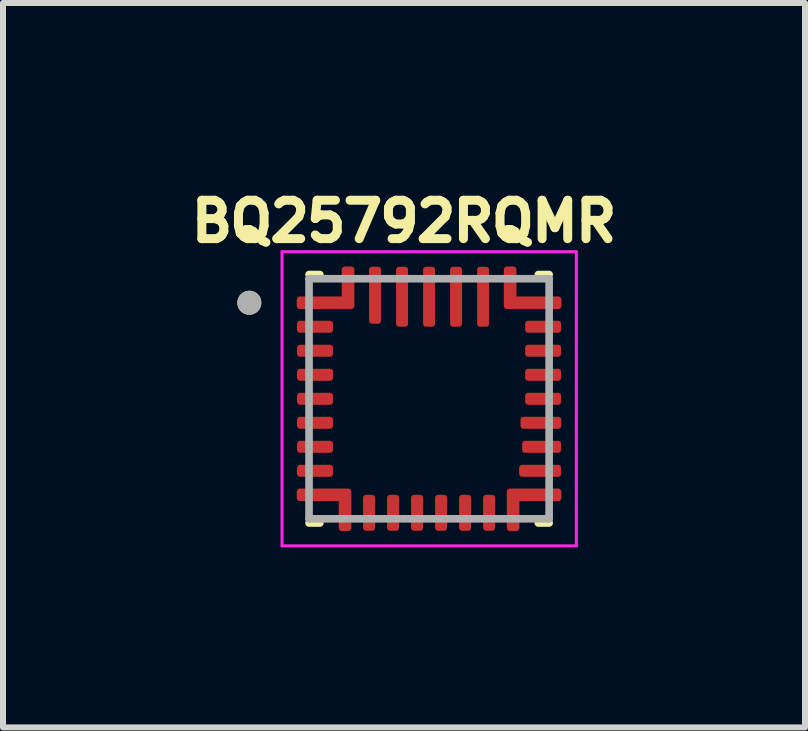
<source format=kicad_pcb>
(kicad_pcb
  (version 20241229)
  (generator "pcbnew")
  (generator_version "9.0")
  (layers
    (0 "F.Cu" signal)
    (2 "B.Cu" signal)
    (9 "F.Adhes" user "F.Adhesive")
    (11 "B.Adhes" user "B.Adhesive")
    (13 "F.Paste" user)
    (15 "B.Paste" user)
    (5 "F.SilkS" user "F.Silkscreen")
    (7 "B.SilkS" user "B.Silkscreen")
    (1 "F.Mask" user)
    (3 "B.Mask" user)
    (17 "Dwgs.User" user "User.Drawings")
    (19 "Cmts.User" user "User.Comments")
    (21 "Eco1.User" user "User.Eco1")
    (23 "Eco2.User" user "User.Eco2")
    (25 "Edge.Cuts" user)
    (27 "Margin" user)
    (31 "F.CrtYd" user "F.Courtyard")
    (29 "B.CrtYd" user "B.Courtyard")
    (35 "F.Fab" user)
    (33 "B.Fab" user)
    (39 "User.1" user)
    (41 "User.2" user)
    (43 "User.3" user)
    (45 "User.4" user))
  (footprint "BQ25792RQMR"
    (layer "F.Cu")
    (at 4.099 3.594)
    (property "Reference" "BQ25792RQMR" (at -0.418 -2.956 0) (layer "F.SilkS") (effects (font (size 0.64 0.64) (thickness 0.15))))
    (attr smd)
    (fp_poly (pts (xy -1.55 -1.3) (xy -1.55 -1.1) (xy -1.55 -1.097) (xy -1.55 -1.095) (xy -1.551 -1.092) (xy -1.551 -1.09) (xy -1.552 -1.087) (xy -1.552 -1.085) (xy -1.553 -1.082) (xy -1.554 -1.08) (xy -1.555 -1.077) (xy -1.557 -1.075) (xy -1.558 -1.073) (xy -1.56 -1.071) (xy -1.561 -1.069) (xy -1.563 -1.067) (xy -1.565 -1.065) (xy -1.567 -1.063) (xy -1.569 -1.061) (xy -1.571 -1.06) (xy -1.573 -1.058) (xy -1.575 -1.057) (xy -1.577 -1.055) (xy -1.58 -1.054) (xy -1.582 -1.053) (xy -1.585 -1.052) (xy -1.587 -1.052) (xy -1.59 -1.051) (xy -1.592 -1.051) (xy -1.595 -1.05) (xy -1.597 -1.05) (xy -1.6 -1.05) (xy -2.2 -1.05) (xy -2.203 -1.05) (xy -2.205 -1.05) (xy -2.208 -1.051) (xy -2.21 -1.051) (xy -2.213 -1.052) (xy -2.215 -1.052) (xy -2.218 -1.053) (xy -2.22 -1.054) (xy -2.223 -1.055) (xy -2.225 -1.057) (xy -2.227 -1.058) (xy -2.229 -1.06) (xy -2.231 -1.061) (xy -2.233 -1.063) (xy -2.235 -1.065) (xy -2.237 -1.067) (xy -2.239 -1.069) (xy -2.24 -1.071) (xy -2.242 -1.073) (xy -2.243 -1.075) (xy -2.245 -1.077) (xy -2.246 -1.08) (xy -2.247 -1.082) (xy -2.248 -1.085) (xy -2.248 -1.087) (xy -2.249 -1.09) (xy -2.249 -1.092) (xy -2.25 -1.095) (xy -2.25 -1.097) (xy -2.25 -1.1) (xy -2.25 -1.279) (xy -2.25 -1.283) (xy -2.25 -1.287) (xy -2.249 -1.29) (xy -2.248 -1.294) (xy -2.248 -1.298) (xy -2.247 -1.301) (xy -2.245 -1.305) (xy -2.244 -1.308) (xy -2.242 -1.311) (xy -2.241 -1.315) (xy -2.239 -1.318) (xy -2.236 -1.321) (xy -2.234 -1.324) (xy -2.232 -1.327) (xy -2.229 -1.329) (xy -2.227 -1.332) (xy -2.224 -1.334) (xy -2.221 -1.336) (xy -2.218 -1.339) (xy -2.215 -1.341) (xy -2.211 -1.342) (xy -2.208 -1.344) (xy -2.205 -1.345) (xy -2.201 -1.347) (xy -2.198 -1.348) (xy -2.194 -1.348) (xy -2.19 -1.349) (xy -2.187 -1.35) (xy -2.183 -1.35) (xy -2.179 -1.35) (xy -1.6 -1.35) (xy -1.597 -1.35) (xy -1.595 -1.35) (xy -1.592 -1.349) (xy -1.59 -1.349) (xy -1.587 -1.348) (xy -1.585 -1.348) (xy -1.582 -1.347) (xy -1.58 -1.346) (xy -1.577 -1.345) (xy -1.575 -1.343) (xy -1.573 -1.342) (xy -1.571 -1.34) (xy -1.569 -1.339) (xy -1.567 -1.337) (xy -1.565 -1.335) (xy -1.563 -1.333) (xy -1.561 -1.331) (xy -1.56 -1.329) (xy -1.558 -1.327) (xy -1.557 -1.325) (xy -1.555 -1.323) (xy -1.554 -1.32) (xy -1.553 -1.318) (xy -1.552 -1.315) (xy -1.552 -1.313) (xy -1.551 -1.31) (xy -1.551 -1.308) (xy -1.55 -1.305) (xy -1.55 -1.303) (xy -1.55 -1.3)) (stroke (width 0.01) (type solid)) (fill yes) (layer "F.Mask"))
    (fp_poly (pts (xy -1.55 -0.9) (xy -1.55 -0.7) (xy -1.55 -0.697) (xy -1.55 -0.695) (xy -1.551 -0.692) (xy -1.551 -0.69) (xy -1.552 -0.687) (xy -1.552 -0.685) (xy -1.553 -0.682) (xy -1.554 -0.68) (xy -1.555 -0.677) (xy -1.557 -0.675) (xy -1.558 -0.673) (xy -1.56 -0.671) (xy -1.561 -0.669) (xy -1.563 -0.667) (xy -1.565 -0.665) (xy -1.567 -0.663) (xy -1.569 -0.661) (xy -1.571 -0.66) (xy -1.573 -0.658) (xy -1.575 -0.657) (xy -1.577 -0.655) (xy -1.58 -0.654) (xy -1.582 -0.653) (xy -1.585 -0.652) (xy -1.587 -0.652) (xy -1.59 -0.651) (xy -1.592 -0.651) (xy -1.595 -0.65) (xy -1.597 -0.65) (xy -1.6 -0.65) (xy -2.2 -0.65) (xy -2.203 -0.65) (xy -2.205 -0.65) (xy -2.208 -0.651) (xy -2.21 -0.651) (xy -2.213 -0.652) (xy -2.215 -0.652) (xy -2.218 -0.653) (xy -2.22 -0.654) (xy -2.223 -0.655) (xy -2.225 -0.657) (xy -2.227 -0.658) (xy -2.229 -0.66) (xy -2.231 -0.661) (xy -2.233 -0.663) (xy -2.235 -0.665) (xy -2.237 -0.667) (xy -2.239 -0.669) (xy -2.24 -0.671) (xy -2.242 -0.673) (xy -2.243 -0.675) (xy -2.245 -0.677) (xy -2.246 -0.68) (xy -2.247 -0.682) (xy -2.248 -0.685) (xy -2.248 -0.687) (xy -2.249 -0.69) (xy -2.249 -0.692) (xy -2.25 -0.695) (xy -2.25 -0.697) (xy -2.25 -0.7) (xy -2.25 -0.879) (xy -2.25 -0.883) (xy -2.25 -0.887) (xy -2.249 -0.89) (xy -2.248 -0.894) (xy -2.248 -0.898) (xy -2.247 -0.901) (xy -2.245 -0.905) (xy -2.244 -0.908) (xy -2.242 -0.911) (xy -2.241 -0.915) (xy -2.239 -0.918) (xy -2.236 -0.921) (xy -2.234 -0.924) (xy -2.232 -0.927) (xy -2.229 -0.929) (xy -2.227 -0.932) (xy -2.224 -0.934) (xy -2.221 -0.936) (xy -2.218 -0.939) (xy -2.215 -0.941) (xy -2.211 -0.942) (xy -2.208 -0.944) (xy -2.205 -0.945) (xy -2.201 -0.947) (xy -2.198 -0.948) (xy -2.194 -0.948) (xy -2.19 -0.949) (xy -2.187 -0.95) (xy -2.183 -0.95) (xy -2.179 -0.95) (xy -1.6 -0.95) (xy -1.597 -0.95) (xy -1.595 -0.95) (xy -1.592 -0.949) (xy -1.59 -0.949) (xy -1.587 -0.948) (xy -1.585 -0.948) (xy -1.582 -0.947) (xy -1.58 -0.946) (xy -1.577 -0.945) (xy -1.575 -0.943) (xy -1.573 -0.942) (xy -1.571 -0.94) (xy -1.569 -0.939) (xy -1.567 -0.937) (xy -1.565 -0.935) (xy -1.563 -0.933) (xy -1.561 -0.931) (xy -1.56 -0.929) (xy -1.558 -0.927) (xy -1.557 -0.925) (xy -1.555 -0.923) (xy -1.554 -0.92) (xy -1.553 -0.918) (xy -1.552 -0.915) (xy -1.552 -0.913) (xy -1.551 -0.91) (xy -1.551 -0.908) (xy -1.55 -0.905) (xy -1.55 -0.903) (xy -1.55 -0.9)) (stroke (width 0.01) (type solid)) (fill yes) (layer "F.Mask"))
    (fp_poly (pts (xy -1.55 -0.5) (xy -1.55 -0.3) (xy -1.55 -0.297) (xy -1.55 -0.295) (xy -1.551 -0.292) (xy -1.551 -0.29) (xy -1.552 -0.287) (xy -1.552 -0.285) (xy -1.553 -0.282) (xy -1.554 -0.28) (xy -1.555 -0.277) (xy -1.557 -0.275) (xy -1.558 -0.273) (xy -1.56 -0.271) (xy -1.561 -0.269) (xy -1.563 -0.267) (xy -1.565 -0.265) (xy -1.567 -0.263) (xy -1.569 -0.261) (xy -1.571 -0.26) (xy -1.573 -0.258) (xy -1.575 -0.257) (xy -1.577 -0.255) (xy -1.58 -0.254) (xy -1.582 -0.253) (xy -1.585 -0.252) (xy -1.587 -0.252) (xy -1.59 -0.251) (xy -1.592 -0.251) (xy -1.595 -0.25) (xy -1.597 -0.25) (xy -1.6 -0.25) (xy -2.2 -0.25) (xy -2.203 -0.25) (xy -2.205 -0.25) (xy -2.208 -0.251) (xy -2.21 -0.251) (xy -2.213 -0.252) (xy -2.215 -0.252) (xy -2.218 -0.253) (xy -2.22 -0.254) (xy -2.223 -0.255) (xy -2.225 -0.257) (xy -2.227 -0.258) (xy -2.229 -0.26) (xy -2.231 -0.261) (xy -2.233 -0.263) (xy -2.235 -0.265) (xy -2.237 -0.267) (xy -2.239 -0.269) (xy -2.24 -0.271) (xy -2.242 -0.273) (xy -2.243 -0.275) (xy -2.245 -0.277) (xy -2.246 -0.28) (xy -2.247 -0.282) (xy -2.248 -0.285) (xy -2.248 -0.287) (xy -2.249 -0.29) (xy -2.249 -0.292) (xy -2.25 -0.295) (xy -2.25 -0.297) (xy -2.25 -0.3) (xy -2.25 -0.479) (xy -2.25 -0.483) (xy -2.25 -0.487) (xy -2.249 -0.49) (xy -2.248 -0.494) (xy -2.248 -0.498) (xy -2.247 -0.501) (xy -2.245 -0.505) (xy -2.244 -0.508) (xy -2.242 -0.511) (xy -2.241 -0.515) (xy -2.239 -0.518) (xy -2.236 -0.521) (xy -2.234 -0.524) (xy -2.232 -0.527) (xy -2.229 -0.529) (xy -2.227 -0.532) (xy -2.224 -0.534) (xy -2.221 -0.536) (xy -2.218 -0.539) (xy -2.215 -0.541) (xy -2.211 -0.542) (xy -2.208 -0.544) (xy -2.205 -0.545) (xy -2.201 -0.547) (xy -2.198 -0.548) (xy -2.194 -0.548) (xy -2.19 -0.549) (xy -2.187 -0.55) (xy -2.183 -0.55) (xy -2.179 -0.55) (xy -1.6 -0.55) (xy -1.597 -0.55) (xy -1.595 -0.55) (xy -1.592 -0.549) (xy -1.59 -0.549) (xy -1.587 -0.548) (xy -1.585 -0.548) (xy -1.582 -0.547) (xy -1.58 -0.546) (xy -1.577 -0.545) (xy -1.575 -0.543) (xy -1.573 -0.542) (xy -1.571 -0.54) (xy -1.569 -0.539) (xy -1.567 -0.537) (xy -1.565 -0.535) (xy -1.563 -0.533) (xy -1.561 -0.531) (xy -1.56 -0.529) (xy -1.558 -0.527) (xy -1.557 -0.525) (xy -1.555 -0.523) (xy -1.554 -0.52) (xy -1.553 -0.518) (xy -1.552 -0.515) (xy -1.552 -0.513) (xy -1.551 -0.51) (xy -1.551 -0.508) (xy -1.55 -0.505) (xy -1.55 -0.503) (xy -1.55 -0.5)) (stroke (width 0.01) (type solid)) (fill yes) (layer "F.Mask"))
    (fp_poly (pts (xy -1.55 -0.1) (xy -1.55 0.1) (xy -1.55 0.103) (xy -1.55 0.105) (xy -1.551 0.108) (xy -1.551 0.11) (xy -1.552 0.113) (xy -1.552 0.115) (xy -1.553 0.118) (xy -1.554 0.12) (xy -1.555 0.123) (xy -1.557 0.125) (xy -1.558 0.127) (xy -1.56 0.129) (xy -1.561 0.131) (xy -1.563 0.133) (xy -1.565 0.135) (xy -1.567 0.137) (xy -1.569 0.139) (xy -1.571 0.14) (xy -1.573 0.142) (xy -1.575 0.143) (xy -1.577 0.145) (xy -1.58 0.146) (xy -1.582 0.147) (xy -1.585 0.148) (xy -1.587 0.148) (xy -1.59 0.149) (xy -1.592 0.149) (xy -1.595 0.15) (xy -1.597 0.15) (xy -1.6 0.15) (xy -2.2 0.15) (xy -2.203 0.15) (xy -2.205 0.15) (xy -2.208 0.149) (xy -2.21 0.149) (xy -2.213 0.148) (xy -2.215 0.148) (xy -2.218 0.147) (xy -2.22 0.146) (xy -2.223 0.145) (xy -2.225 0.143) (xy -2.227 0.142) (xy -2.229 0.14) (xy -2.231 0.139) (xy -2.233 0.137) (xy -2.235 0.135) (xy -2.237 0.133) (xy -2.239 0.131) (xy -2.24 0.129) (xy -2.242 0.127) (xy -2.243 0.125) (xy -2.245 0.123) (xy -2.246 0.12) (xy -2.247 0.118) (xy -2.248 0.115) (xy -2.248 0.113) (xy -2.249 0.11) (xy -2.249 0.108) (xy -2.25 0.105) (xy -2.25 0.103) (xy -2.25 0.1) (xy -2.25 -0.079) (xy -2.25 -0.083) (xy -2.25 -0.087) (xy -2.249 -0.09) (xy -2.248 -0.094) (xy -2.248 -0.098) (xy -2.247 -0.101) (xy -2.245 -0.105) (xy -2.244 -0.108) (xy -2.242 -0.111) (xy -2.241 -0.115) (xy -2.239 -0.118) (xy -2.236 -0.121) (xy -2.234 -0.124) (xy -2.232 -0.127) (xy -2.229 -0.129) (xy -2.227 -0.132) (xy -2.224 -0.134) (xy -2.221 -0.136) (xy -2.218 -0.139) (xy -2.215 -0.141) (xy -2.211 -0.142) (xy -2.208 -0.144) (xy -2.205 -0.145) (xy -2.201 -0.147) (xy -2.198 -0.148) (xy -2.194 -0.148) (xy -2.19 -0.149) (xy -2.187 -0.15) (xy -2.183 -0.15) (xy -2.179 -0.15) (xy -1.6 -0.15) (xy -1.597 -0.15) (xy -1.595 -0.15) (xy -1.592 -0.149) (xy -1.59 -0.149) (xy -1.587 -0.148) (xy -1.585 -0.148) (xy -1.582 -0.147) (xy -1.58 -0.146) (xy -1.577 -0.145) (xy -1.575 -0.143) (xy -1.573 -0.142) (xy -1.571 -0.14) (xy -1.569 -0.139) (xy -1.567 -0.137) (xy -1.565 -0.135) (xy -1.563 -0.133) (xy -1.561 -0.131) (xy -1.56 -0.129) (xy -1.558 -0.127) (xy -1.557 -0.125) (xy -1.555 -0.123) (xy -1.554 -0.12) (xy -1.553 -0.118) (xy -1.552 -0.115) (xy -1.552 -0.113) (xy -1.551 -0.11) (xy -1.551 -0.108) (xy -1.55 -0.105) (xy -1.55 -0.103) (xy -1.55 -0.1)) (stroke (width 0.01) (type solid)) (fill yes) (layer "F.Mask"))
    (fp_poly (pts (xy -1.55 0.3) (xy -1.55 0.5) (xy -1.55 0.503) (xy -1.55 0.505) (xy -1.551 0.508) (xy -1.551 0.51) (xy -1.552 0.513) (xy -1.552 0.515) (xy -1.553 0.518) (xy -1.554 0.52) (xy -1.555 0.523) (xy -1.557 0.525) (xy -1.558 0.527) (xy -1.56 0.529) (xy -1.561 0.531) (xy -1.563 0.533) (xy -1.565 0.535) (xy -1.567 0.537) (xy -1.569 0.539) (xy -1.571 0.54) (xy -1.573 0.542) (xy -1.575 0.543) (xy -1.577 0.545) (xy -1.58 0.546) (xy -1.582 0.547) (xy -1.585 0.548) (xy -1.587 0.548) (xy -1.59 0.549) (xy -1.592 0.549) (xy -1.595 0.55) (xy -1.597 0.55) (xy -1.6 0.55) (xy -2.2 0.55) (xy -2.203 0.55) (xy -2.205 0.55) (xy -2.208 0.549) (xy -2.21 0.549) (xy -2.213 0.548) (xy -2.215 0.548) (xy -2.218 0.547) (xy -2.22 0.546) (xy -2.223 0.545) (xy -2.225 0.543) (xy -2.227 0.542) (xy -2.229 0.54) (xy -2.231 0.539) (xy -2.233 0.537) (xy -2.235 0.535) (xy -2.237 0.533) (xy -2.239 0.531) (xy -2.24 0.529) (xy -2.242 0.527) (xy -2.243 0.525) (xy -2.245 0.523) (xy -2.246 0.52) (xy -2.247 0.518) (xy -2.248 0.515) (xy -2.248 0.513) (xy -2.249 0.51) (xy -2.249 0.508) (xy -2.25 0.505) (xy -2.25 0.503) (xy -2.25 0.5) (xy -2.25 0.321) (xy -2.25 0.317) (xy -2.25 0.313) (xy -2.249 0.31) (xy -2.248 0.306) (xy -2.248 0.302) (xy -2.247 0.299) (xy -2.245 0.295) (xy -2.244 0.292) (xy -2.242 0.289) (xy -2.241 0.285) (xy -2.239 0.282) (xy -2.236 0.279) (xy -2.234 0.276) (xy -2.232 0.273) (xy -2.229 0.271) (xy -2.227 0.268) (xy -2.224 0.266) (xy -2.221 0.264) (xy -2.218 0.261) (xy -2.215 0.259) (xy -2.211 0.258) (xy -2.208 0.256) (xy -2.205 0.255) (xy -2.201 0.253) (xy -2.198 0.252) (xy -2.194 0.252) (xy -2.19 0.251) (xy -2.187 0.25) (xy -2.183 0.25) (xy -2.179 0.25) (xy -1.6 0.25) (xy -1.597 0.25) (xy -1.595 0.25) (xy -1.592 0.251) (xy -1.59 0.251) (xy -1.587 0.252) (xy -1.585 0.252) (xy -1.582 0.253) (xy -1.58 0.254) (xy -1.577 0.255) (xy -1.575 0.257) (xy -1.573 0.258) (xy -1.571 0.26) (xy -1.569 0.261) (xy -1.567 0.263) (xy -1.565 0.265) (xy -1.563 0.267) (xy -1.561 0.269) (xy -1.56 0.271) (xy -1.558 0.273) (xy -1.557 0.275) (xy -1.555 0.277) (xy -1.554 0.28) (xy -1.553 0.282) (xy -1.552 0.285) (xy -1.552 0.287) (xy -1.551 0.29) (xy -1.551 0.292) (xy -1.55 0.295) (xy -1.55 0.297) (xy -1.55 0.3)) (stroke (width 0.01) (type solid)) (fill yes) (layer "F.Mask"))
    (fp_poly (pts (xy -1.55 0.7) (xy -1.55 0.9) (xy -1.55 0.903) (xy -1.55 0.905) (xy -1.551 0.908) (xy -1.551 0.91) (xy -1.552 0.913) (xy -1.552 0.915) (xy -1.553 0.918) (xy -1.554 0.92) (xy -1.555 0.923) (xy -1.557 0.925) (xy -1.558 0.927) (xy -1.56 0.929) (xy -1.561 0.931) (xy -1.563 0.933) (xy -1.565 0.935) (xy -1.567 0.937) (xy -1.569 0.939) (xy -1.571 0.94) (xy -1.573 0.942) (xy -1.575 0.943) (xy -1.577 0.945) (xy -1.58 0.946) (xy -1.582 0.947) (xy -1.585 0.948) (xy -1.587 0.948) (xy -1.59 0.949) (xy -1.592 0.949) (xy -1.595 0.95) (xy -1.597 0.95) (xy -1.6 0.95) (xy -2.2 0.95) (xy -2.203 0.95) (xy -2.205 0.95) (xy -2.208 0.949) (xy -2.21 0.949) (xy -2.213 0.948) (xy -2.215 0.948) (xy -2.218 0.947) (xy -2.22 0.946) (xy -2.223 0.945) (xy -2.225 0.943) (xy -2.227 0.942) (xy -2.229 0.94) (xy -2.231 0.939) (xy -2.233 0.937) (xy -2.235 0.935) (xy -2.237 0.933) (xy -2.239 0.931) (xy -2.24 0.929) (xy -2.242 0.927) (xy -2.243 0.925) (xy -2.245 0.923) (xy -2.246 0.92) (xy -2.247 0.918) (xy -2.248 0.915) (xy -2.248 0.913) (xy -2.249 0.91) (xy -2.249 0.908) (xy -2.25 0.905) (xy -2.25 0.903) (xy -2.25 0.9) (xy -2.25 0.721) (xy -2.25 0.717) (xy -2.25 0.713) (xy -2.249 0.71) (xy -2.248 0.706) (xy -2.248 0.702) (xy -2.247 0.699) (xy -2.245 0.695) (xy -2.244 0.692) (xy -2.242 0.689) (xy -2.241 0.685) (xy -2.239 0.682) (xy -2.236 0.679) (xy -2.234 0.676) (xy -2.232 0.673) (xy -2.229 0.671) (xy -2.227 0.668) (xy -2.224 0.666) (xy -2.221 0.664) (xy -2.218 0.661) (xy -2.215 0.659) (xy -2.211 0.658) (xy -2.208 0.656) (xy -2.205 0.655) (xy -2.201 0.653) (xy -2.198 0.652) (xy -2.194 0.652) (xy -2.19 0.651) (xy -2.187 0.65) (xy -2.183 0.65) (xy -2.179 0.65) (xy -1.6 0.65) (xy -1.597 0.65) (xy -1.595 0.65) (xy -1.592 0.651) (xy -1.59 0.651) (xy -1.587 0.652) (xy -1.585 0.652) (xy -1.582 0.653) (xy -1.58 0.654) (xy -1.577 0.655) (xy -1.575 0.657) (xy -1.573 0.658) (xy -1.571 0.66) (xy -1.569 0.661) (xy -1.567 0.663) (xy -1.565 0.665) (xy -1.563 0.667) (xy -1.561 0.669) (xy -1.56 0.671) (xy -1.558 0.673) (xy -1.557 0.675) (xy -1.555 0.677) (xy -1.554 0.68) (xy -1.553 0.682) (xy -1.552 0.685) (xy -1.552 0.687) (xy -1.551 0.69) (xy -1.551 0.692) (xy -1.55 0.695) (xy -1.55 0.697) (xy -1.55 0.7)) (stroke (width 0.01) (type solid)) (fill yes) (layer "F.Mask"))
    (fp_poly (pts (xy -1.55 1.1) (xy -1.55 1.3) (xy -1.55 1.303) (xy -1.55 1.305) (xy -1.551 1.308) (xy -1.551 1.31) (xy -1.552 1.313) (xy -1.552 1.315) (xy -1.553 1.318) (xy -1.554 1.32) (xy -1.555 1.323) (xy -1.557 1.325) (xy -1.558 1.327) (xy -1.56 1.329) (xy -1.561 1.331) (xy -1.563 1.333) (xy -1.565 1.335) (xy -1.567 1.337) (xy -1.569 1.339) (xy -1.571 1.34) (xy -1.573 1.342) (xy -1.575 1.343) (xy -1.577 1.345) (xy -1.58 1.346) (xy -1.582 1.347) (xy -1.585 1.348) (xy -1.587 1.348) (xy -1.59 1.349) (xy -1.592 1.349) (xy -1.595 1.35) (xy -1.597 1.35) (xy -1.6 1.35) (xy -2.2 1.35) (xy -2.203 1.35) (xy -2.205 1.35) (xy -2.208 1.349) (xy -2.21 1.349) (xy -2.213 1.348) (xy -2.215 1.348) (xy -2.218 1.347) (xy -2.22 1.346) (xy -2.223 1.345) (xy -2.225 1.343) (xy -2.227 1.342) (xy -2.229 1.34) (xy -2.231 1.339) (xy -2.233 1.337) (xy -2.235 1.335) (xy -2.237 1.333) (xy -2.239 1.331) (xy -2.24 1.329) (xy -2.242 1.327) (xy -2.243 1.325) (xy -2.245 1.323) (xy -2.246 1.32) (xy -2.247 1.318) (xy -2.248 1.315) (xy -2.248 1.313) (xy -2.249 1.31) (xy -2.249 1.308) (xy -2.25 1.305) (xy -2.25 1.303) (xy -2.25 1.3) (xy -2.25 1.121) (xy -2.25 1.117) (xy -2.25 1.113) (xy -2.249 1.11) (xy -2.248 1.106) (xy -2.248 1.102) (xy -2.247 1.099) (xy -2.245 1.095) (xy -2.244 1.092) (xy -2.242 1.089) (xy -2.241 1.085) (xy -2.239 1.082) (xy -2.236 1.079) (xy -2.234 1.076) (xy -2.232 1.073) (xy -2.229 1.071) (xy -2.227 1.068) (xy -2.224 1.066) (xy -2.221 1.064) (xy -2.218 1.061) (xy -2.215 1.059) (xy -2.211 1.058) (xy -2.208 1.056) (xy -2.205 1.055) (xy -2.201 1.053) (xy -2.198 1.052) (xy -2.194 1.052) (xy -2.19 1.051) (xy -2.187 1.05) (xy -2.183 1.05) (xy -2.179 1.05) (xy -1.6 1.05) (xy -1.597 1.05) (xy -1.595 1.05) (xy -1.592 1.051) (xy -1.59 1.051) (xy -1.587 1.052) (xy -1.585 1.052) (xy -1.582 1.053) (xy -1.58 1.054) (xy -1.577 1.055) (xy -1.575 1.057) (xy -1.573 1.058) (xy -1.571 1.06) (xy -1.569 1.061) (xy -1.567 1.063) (xy -1.565 1.065) (xy -1.563 1.067) (xy -1.561 1.069) (xy -1.56 1.071) (xy -1.558 1.073) (xy -1.557 1.075) (xy -1.555 1.077) (xy -1.554 1.08) (xy -1.553 1.082) (xy -1.552 1.085) (xy -1.552 1.087) (xy -1.551 1.09) (xy -1.551 1.092) (xy -1.55 1.095) (xy -1.55 1.097) (xy -1.55 1.1)) (stroke (width 0.01) (type solid)) (fill yes) (layer "F.Mask"))
    (fp_poly (pts (xy -1.1 1.55) (xy -0.9 1.55) (xy -0.897 1.55) (xy -0.895 1.55) (xy -0.892 1.551) (xy -0.89 1.551) (xy -0.887 1.552) (xy -0.885 1.552) (xy -0.882 1.553) (xy -0.88 1.554) (xy -0.877 1.555) (xy -0.875 1.557) (xy -0.873 1.558) (xy -0.871 1.56) (xy -0.869 1.561) (xy -0.867 1.563) (xy -0.865 1.565) (xy -0.863 1.567) (xy -0.861 1.569) (xy -0.86 1.571) (xy -0.858 1.573) (xy -0.857 1.575) (xy -0.855 1.577) (xy -0.854 1.58) (xy -0.853 1.582) (xy -0.852 1.585) (xy -0.852 1.587) (xy -0.851 1.59) (xy -0.851 1.592) (xy -0.85 1.595) (xy -0.85 1.597) (xy -0.85 1.6) (xy -0.85 2.2) (xy -0.85 2.203) (xy -0.85 2.205) (xy -0.851 2.208) (xy -0.851 2.21) (xy -0.852 2.213) (xy -0.852 2.215) (xy -0.853 2.218) (xy -0.854 2.22) (xy -0.855 2.223) (xy -0.857 2.225) (xy -0.858 2.227) (xy -0.86 2.229) (xy -0.861 2.231) (xy -0.863 2.233) (xy -0.865 2.235) (xy -0.867 2.237) (xy -0.869 2.239) (xy -0.871 2.24) (xy -0.873 2.242) (xy -0.875 2.243) (xy -0.877 2.245) (xy -0.88 2.246) (xy -0.882 2.247) (xy -0.885 2.248) (xy -0.887 2.248) (xy -0.89 2.249) (xy -0.892 2.249) (xy -0.895 2.25) (xy -0.897 2.25) (xy -0.9 2.25) (xy -1.079 2.25) (xy -1.083 2.25) (xy -1.087 2.25) (xy -1.09 2.249) (xy -1.094 2.248) (xy -1.098 2.248) (xy -1.101 2.247) (xy -1.105 2.245) (xy -1.108 2.244) (xy -1.111 2.242) (xy -1.115 2.241) (xy -1.118 2.239) (xy -1.121 2.236) (xy -1.124 2.234) (xy -1.127 2.232) (xy -1.129 2.229) (xy -1.132 2.227) (xy -1.134 2.224) (xy -1.136 2.221) (xy -1.139 2.218) (xy -1.141 2.215) (xy -1.142 2.211) (xy -1.144 2.208) (xy -1.145 2.205) (xy -1.147 2.201) (xy -1.148 2.198) (xy -1.148 2.194) (xy -1.149 2.19) (xy -1.15 2.187) (xy -1.15 2.183) (xy -1.15 2.179) (xy -1.15 1.6) (xy -1.15 1.597) (xy -1.15 1.595) (xy -1.149 1.592) (xy -1.149 1.59) (xy -1.148 1.587) (xy -1.148 1.585) (xy -1.147 1.582) (xy -1.146 1.58) (xy -1.145 1.577) (xy -1.143 1.575) (xy -1.142 1.573) (xy -1.14 1.571) (xy -1.139 1.569) (xy -1.137 1.567) (xy -1.135 1.565) (xy -1.133 1.563) (xy -1.131 1.561) (xy -1.129 1.56) (xy -1.127 1.558) (xy -1.125 1.557) (xy -1.123 1.555) (xy -1.12 1.554) (xy -1.118 1.553) (xy -1.115 1.552) (xy -1.113 1.552) (xy -1.11 1.551) (xy -1.108 1.551) (xy -1.105 1.55) (xy -1.103 1.55) (xy -1.1 1.55)) (stroke (width 0.01) (type solid)) (fill yes) (layer "F.Mask"))
    (fp_poly (pts (xy -0.75 -2.2) (xy -0.75 -1.25) (xy -0.75 -1.247) (xy -0.75 -1.245) (xy -0.751 -1.242) (xy -0.751 -1.24) (xy -0.752 -1.237) (xy -0.752 -1.235) (xy -0.753 -1.232) (xy -0.754 -1.23) (xy -0.755 -1.227) (xy -0.757 -1.225) (xy -0.758 -1.223) (xy -0.76 -1.221) (xy -0.761 -1.219) (xy -0.763 -1.217) (xy -0.765 -1.215) (xy -0.767 -1.213) (xy -0.769 -1.211) (xy -0.771 -1.21) (xy -0.773 -1.208) (xy -0.775 -1.207) (xy -0.777 -1.205) (xy -0.78 -1.204) (xy -0.782 -1.203) (xy -0.785 -1.202) (xy -0.787 -1.202) (xy -0.79 -1.201) (xy -0.792 -1.201) (xy -0.795 -1.2) (xy -0.797 -1.2) (xy -0.8 -1.2) (xy -1 -1.2) (xy -1.003 -1.2) (xy -1.005 -1.2) (xy -1.008 -1.201) (xy -1.01 -1.201) (xy -1.013 -1.202) (xy -1.015 -1.202) (xy -1.018 -1.203) (xy -1.02 -1.204) (xy -1.023 -1.205) (xy -1.025 -1.207) (xy -1.027 -1.208) (xy -1.029 -1.21) (xy -1.031 -1.211) (xy -1.033 -1.213) (xy -1.035 -1.215) (xy -1.037 -1.217) (xy -1.039 -1.219) (xy -1.04 -1.221) (xy -1.042 -1.223) (xy -1.043 -1.225) (xy -1.045 -1.227) (xy -1.046 -1.23) (xy -1.047 -1.232) (xy -1.048 -1.235) (xy -1.048 -1.237) (xy -1.049 -1.24) (xy -1.049 -1.242) (xy -1.05 -1.245) (xy -1.05 -1.247) (xy -1.05 -1.25) (xy -1.05 -2.2) (xy -1.05 -2.203) (xy -1.05 -2.205) (xy -1.049 -2.208) (xy -1.049 -2.21) (xy -1.048 -2.213) (xy -1.048 -2.215) (xy -1.047 -2.218) (xy -1.046 -2.22) (xy -1.045 -2.223) (xy -1.043 -2.225) (xy -1.042 -2.227) (xy -1.04 -2.229) (xy -1.039 -2.231) (xy -1.037 -2.233) (xy -1.035 -2.235) (xy -1.033 -2.237) (xy -1.031 -2.239) (xy -1.029 -2.24) (xy -1.027 -2.242) (xy -1.025 -2.243) (xy -1.023 -2.245) (xy -1.02 -2.246) (xy -1.018 -2.247) (xy -1.015 -2.248) (xy -1.013 -2.248) (xy -1.01 -2.249) (xy -1.008 -2.249) (xy -1.005 -2.25) (xy -1.003 -2.25) (xy -1 -2.25) (xy -0.8 -2.25) (xy -0.797 -2.25) (xy -0.795 -2.25) (xy -0.792 -2.249) (xy -0.79 -2.249) (xy -0.787 -2.248) (xy -0.785 -2.248) (xy -0.782 -2.247) (xy -0.78 -2.246) (xy -0.777 -2.245) (xy -0.775 -2.243) (xy -0.773 -2.242) (xy -0.771 -2.24) (xy -0.769 -2.239) (xy -0.767 -2.237) (xy -0.765 -2.235) (xy -0.763 -2.233) (xy -0.761 -2.231) (xy -0.76 -2.229) (xy -0.758 -2.227) (xy -0.757 -2.225) (xy -0.755 -2.223) (xy -0.754 -2.22) (xy -0.753 -2.218) (xy -0.752 -2.215) (xy -0.752 -2.213) (xy -0.751 -2.21) (xy -0.751 -2.208) (xy -0.75 -2.205) (xy -0.75 -2.203) (xy -0.75 -2.2)) (stroke (width 0.01) (type solid)) (fill yes) (layer "F.Mask"))
    (fp_poly (pts (xy -0.7 1.55) (xy -0.5 1.55) (xy -0.497 1.55) (xy -0.495 1.55) (xy -0.492 1.551) (xy -0.49 1.551) (xy -0.487 1.552) (xy -0.485 1.552) (xy -0.482 1.553) (xy -0.48 1.554) (xy -0.477 1.555) (xy -0.475 1.557) (xy -0.473 1.558) (xy -0.471 1.56) (xy -0.469 1.561) (xy -0.467 1.563) (xy -0.465 1.565) (xy -0.463 1.567) (xy -0.461 1.569) (xy -0.46 1.571) (xy -0.458 1.573) (xy -0.457 1.575) (xy -0.455 1.577) (xy -0.454 1.58) (xy -0.453 1.582) (xy -0.452 1.585) (xy -0.452 1.587) (xy -0.451 1.59) (xy -0.451 1.592) (xy -0.45 1.595) (xy -0.45 1.597) (xy -0.45 1.6) (xy -0.45 2.2) (xy -0.45 2.203) (xy -0.45 2.205) (xy -0.451 2.208) (xy -0.451 2.21) (xy -0.452 2.213) (xy -0.452 2.215) (xy -0.453 2.218) (xy -0.454 2.22) (xy -0.455 2.223) (xy -0.457 2.225) (xy -0.458 2.227) (xy -0.46 2.229) (xy -0.461 2.231) (xy -0.463 2.233) (xy -0.465 2.235) (xy -0.467 2.237) (xy -0.469 2.239) (xy -0.471 2.24) (xy -0.473 2.242) (xy -0.475 2.243) (xy -0.477 2.245) (xy -0.48 2.246) (xy -0.482 2.247) (xy -0.485 2.248) (xy -0.487 2.248) (xy -0.49 2.249) (xy -0.492 2.249) (xy -0.495 2.25) (xy -0.497 2.25) (xy -0.5 2.25) (xy -0.679 2.25) (xy -0.683 2.25) (xy -0.687 2.25) (xy -0.69 2.249) (xy -0.694 2.248) (xy -0.698 2.248) (xy -0.701 2.247) (xy -0.705 2.245) (xy -0.708 2.244) (xy -0.711 2.242) (xy -0.715 2.241) (xy -0.718 2.239) (xy -0.721 2.236) (xy -0.724 2.234) (xy -0.727 2.232) (xy -0.729 2.229) (xy -0.732 2.227) (xy -0.734 2.224) (xy -0.736 2.221) (xy -0.739 2.218) (xy -0.741 2.215) (xy -0.742 2.211) (xy -0.744 2.208) (xy -0.745 2.205) (xy -0.747 2.201) (xy -0.748 2.198) (xy -0.748 2.194) (xy -0.749 2.19) (xy -0.75 2.187) (xy -0.75 2.183) (xy -0.75 2.179) (xy -0.75 1.6) (xy -0.75 1.597) (xy -0.75 1.595) (xy -0.749 1.592) (xy -0.749 1.59) (xy -0.748 1.587) (xy -0.748 1.585) (xy -0.747 1.582) (xy -0.746 1.58) (xy -0.745 1.577) (xy -0.743 1.575) (xy -0.742 1.573) (xy -0.74 1.571) (xy -0.739 1.569) (xy -0.737 1.567) (xy -0.735 1.565) (xy -0.733 1.563) (xy -0.731 1.561) (xy -0.729 1.56) (xy -0.727 1.558) (xy -0.725 1.557) (xy -0.723 1.555) (xy -0.72 1.554) (xy -0.718 1.553) (xy -0.715 1.552) (xy -0.713 1.552) (xy -0.71 1.551) (xy -0.708 1.551) (xy -0.705 1.55) (xy -0.703 1.55) (xy -0.7 1.55)) (stroke (width 0.01) (type solid)) (fill yes) (layer "F.Mask"))
    (fp_poly (pts (xy -0.3 -2.2) (xy -0.3 -1.2) (xy -0.3 -1.197) (xy -0.3 -1.195) (xy -0.301 -1.192) (xy -0.301 -1.19) (xy -0.302 -1.187) (xy -0.302 -1.185) (xy -0.303 -1.182) (xy -0.304 -1.18) (xy -0.305 -1.177) (xy -0.307 -1.175) (xy -0.308 -1.173) (xy -0.31 -1.171) (xy -0.311 -1.169) (xy -0.313 -1.167) (xy -0.315 -1.165) (xy -0.317 -1.163) (xy -0.319 -1.161) (xy -0.321 -1.16) (xy -0.323 -1.158) (xy -0.325 -1.157) (xy -0.327 -1.155) (xy -0.33 -1.154) (xy -0.332 -1.153) (xy -0.335 -1.152) (xy -0.337 -1.152) (xy -0.34 -1.151) (xy -0.342 -1.151) (xy -0.345 -1.15) (xy -0.347 -1.15) (xy -0.35 -1.15) (xy -0.55 -1.15) (xy -0.553 -1.15) (xy -0.555 -1.15) (xy -0.558 -1.151) (xy -0.56 -1.151) (xy -0.563 -1.152) (xy -0.565 -1.152) (xy -0.568 -1.153) (xy -0.57 -1.154) (xy -0.573 -1.155) (xy -0.575 -1.157) (xy -0.577 -1.158) (xy -0.579 -1.16) (xy -0.581 -1.161) (xy -0.583 -1.163) (xy -0.585 -1.165) (xy -0.587 -1.167) (xy -0.589 -1.169) (xy -0.59 -1.171) (xy -0.592 -1.173) (xy -0.593 -1.175) (xy -0.595 -1.177) (xy -0.596 -1.18) (xy -0.597 -1.182) (xy -0.598 -1.185) (xy -0.598 -1.187) (xy -0.599 -1.19) (xy -0.599 -1.192) (xy -0.6 -1.195) (xy -0.6 -1.197) (xy -0.6 -1.2) (xy -0.6 -2.2) (xy -0.6 -2.203) (xy -0.6 -2.205) (xy -0.599 -2.208) (xy -0.599 -2.21) (xy -0.598 -2.213) (xy -0.598 -2.215) (xy -0.597 -2.218) (xy -0.596 -2.22) (xy -0.595 -2.223) (xy -0.593 -2.225) (xy -0.592 -2.227) (xy -0.59 -2.229) (xy -0.589 -2.231) (xy -0.587 -2.233) (xy -0.585 -2.235) (xy -0.583 -2.237) (xy -0.581 -2.239) (xy -0.579 -2.24) (xy -0.577 -2.242) (xy -0.575 -2.243) (xy -0.573 -2.245) (xy -0.57 -2.246) (xy -0.568 -2.247) (xy -0.565 -2.248) (xy -0.563 -2.248) (xy -0.56 -2.249) (xy -0.558 -2.249) (xy -0.555 -2.25) (xy -0.553 -2.25) (xy -0.55 -2.25) (xy -0.35 -2.25) (xy -0.347 -2.25) (xy -0.345 -2.25) (xy -0.342 -2.249) (xy -0.34 -2.249) (xy -0.337 -2.248) (xy -0.335 -2.248) (xy -0.332 -2.247) (xy -0.33 -2.246) (xy -0.327 -2.245) (xy -0.325 -2.243) (xy -0.323 -2.242) (xy -0.321 -2.24) (xy -0.319 -2.239) (xy -0.317 -2.237) (xy -0.315 -2.235) (xy -0.313 -2.233) (xy -0.311 -2.231) (xy -0.31 -2.229) (xy -0.308 -2.227) (xy -0.307 -2.225) (xy -0.305 -2.223) (xy -0.304 -2.22) (xy -0.303 -2.218) (xy -0.302 -2.215) (xy -0.302 -2.213) (xy -0.301 -2.21) (xy -0.301 -2.208) (xy -0.3 -2.205) (xy -0.3 -2.203) (xy -0.3 -2.2)) (stroke (width 0.01) (type solid)) (fill yes) (layer "F.Mask"))
    (fp_poly (pts (xy -0.3 1.55) (xy -0.1 1.55) (xy -0.097 1.55) (xy -0.095 1.55) (xy -0.092 1.551) (xy -0.09 1.551) (xy -0.087 1.552) (xy -0.085 1.552) (xy -0.082 1.553) (xy -0.08 1.554) (xy -0.077 1.555) (xy -0.075 1.557) (xy -0.073 1.558) (xy -0.071 1.56) (xy -0.069 1.561) (xy -0.067 1.563) (xy -0.065 1.565) (xy -0.063 1.567) (xy -0.061 1.569) (xy -0.06 1.571) (xy -0.058 1.573) (xy -0.057 1.575) (xy -0.055 1.577) (xy -0.054 1.58) (xy -0.053 1.582) (xy -0.052 1.585) (xy -0.052 1.587) (xy -0.051 1.59) (xy -0.051 1.592) (xy -0.05 1.595) (xy -0.05 1.597) (xy -0.05 1.6) (xy -0.05 2.2) (xy -0.05 2.203) (xy -0.05 2.205) (xy -0.051 2.208) (xy -0.051 2.21) (xy -0.052 2.213) (xy -0.052 2.215) (xy -0.053 2.218) (xy -0.054 2.22) (xy -0.055 2.223) (xy -0.057 2.225) (xy -0.058 2.227) (xy -0.06 2.229) (xy -0.061 2.231) (xy -0.063 2.233) (xy -0.065 2.235) (xy -0.067 2.237) (xy -0.069 2.239) (xy -0.071 2.24) (xy -0.073 2.242) (xy -0.075 2.243) (xy -0.077 2.245) (xy -0.08 2.246) (xy -0.082 2.247) (xy -0.085 2.248) (xy -0.087 2.248) (xy -0.09 2.249) (xy -0.092 2.249) (xy -0.095 2.25) (xy -0.097 2.25) (xy -0.1 2.25) (xy -0.279 2.25) (xy -0.283 2.25) (xy -0.287 2.25) (xy -0.29 2.249) (xy -0.294 2.248) (xy -0.298 2.248) (xy -0.301 2.247) (xy -0.305 2.245) (xy -0.308 2.244) (xy -0.311 2.242) (xy -0.315 2.241) (xy -0.318 2.239) (xy -0.321 2.236) (xy -0.324 2.234) (xy -0.327 2.232) (xy -0.329 2.229) (xy -0.332 2.227) (xy -0.334 2.224) (xy -0.336 2.221) (xy -0.339 2.218) (xy -0.341 2.215) (xy -0.342 2.211) (xy -0.344 2.208) (xy -0.345 2.205) (xy -0.347 2.201) (xy -0.348 2.198) (xy -0.348 2.194) (xy -0.349 2.19) (xy -0.35 2.187) (xy -0.35 2.183) (xy -0.35 2.179) (xy -0.35 1.6) (xy -0.35 1.597) (xy -0.35 1.595) (xy -0.349 1.592) (xy -0.349 1.59) (xy -0.348 1.587) (xy -0.348 1.585) (xy -0.347 1.582) (xy -0.346 1.58) (xy -0.345 1.577) (xy -0.343 1.575) (xy -0.342 1.573) (xy -0.34 1.571) (xy -0.339 1.569) (xy -0.337 1.567) (xy -0.335 1.565) (xy -0.333 1.563) (xy -0.331 1.561) (xy -0.329 1.56) (xy -0.327 1.558) (xy -0.325 1.557) (xy -0.323 1.555) (xy -0.32 1.554) (xy -0.318 1.553) (xy -0.315 1.552) (xy -0.313 1.552) (xy -0.31 1.551) (xy -0.308 1.551) (xy -0.305 1.55) (xy -0.303 1.55) (xy -0.3 1.55)) (stroke (width 0.01) (type solid)) (fill yes) (layer "F.Mask"))
    (fp_poly (pts (xy 0.1 1.55) (xy 0.3 1.55) (xy 0.303 1.55) (xy 0.305 1.55) (xy 0.308 1.551) (xy 0.31 1.551) (xy 0.313 1.552) (xy 0.315 1.552) (xy 0.318 1.553) (xy 0.32 1.554) (xy 0.323 1.555) (xy 0.325 1.557) (xy 0.327 1.558) (xy 0.329 1.56) (xy 0.331 1.561) (xy 0.333 1.563) (xy 0.335 1.565) (xy 0.337 1.567) (xy 0.339 1.569) (xy 0.34 1.571) (xy 0.342 1.573) (xy 0.343 1.575) (xy 0.345 1.577) (xy 0.346 1.58) (xy 0.347 1.582) (xy 0.348 1.585) (xy 0.348 1.587) (xy 0.349 1.59) (xy 0.349 1.592) (xy 0.35 1.595) (xy 0.35 1.597) (xy 0.35 1.6) (xy 0.35 2.2) (xy 0.35 2.203) (xy 0.35 2.205) (xy 0.349 2.208) (xy 0.349 2.21) (xy 0.348 2.213) (xy 0.348 2.215) (xy 0.347 2.218) (xy 0.346 2.22) (xy 0.345 2.223) (xy 0.343 2.225) (xy 0.342 2.227) (xy 0.34 2.229) (xy 0.339 2.231) (xy 0.337 2.233) (xy 0.335 2.235) (xy 0.333 2.237) (xy 0.331 2.239) (xy 0.329 2.24) (xy 0.327 2.242) (xy 0.325 2.243) (xy 0.323 2.245) (xy 0.32 2.246) (xy 0.318 2.247) (xy 0.315 2.248) (xy 0.313 2.248) (xy 0.31 2.249) (xy 0.308 2.249) (xy 0.305 2.25) (xy 0.303 2.25) (xy 0.3 2.25) (xy 0.121 2.25) (xy 0.117 2.25) (xy 0.113 2.25) (xy 0.11 2.249) (xy 0.106 2.248) (xy 0.102 2.248) (xy 0.099 2.247) (xy 0.095 2.245) (xy 0.092 2.244) (xy 0.089 2.242) (xy 0.085 2.241) (xy 0.082 2.239) (xy 0.079 2.236) (xy 0.076 2.234) (xy 0.073 2.232) (xy 0.071 2.229) (xy 0.068 2.227) (xy 0.066 2.224) (xy 0.064 2.221) (xy 0.061 2.218) (xy 0.059 2.215) (xy 0.058 2.211) (xy 0.056 2.208) (xy 0.055 2.205) (xy 0.053 2.201) (xy 0.052 2.198) (xy 0.052 2.194) (xy 0.051 2.19) (xy 0.05 2.187) (xy 0.05 2.183) (xy 0.05 2.179) (xy 0.05 1.6) (xy 0.05 1.597) (xy 0.05 1.595) (xy 0.051 1.592) (xy 0.051 1.59) (xy 0.052 1.587) (xy 0.052 1.585) (xy 0.053 1.582) (xy 0.054 1.58) (xy 0.055 1.577) (xy 0.057 1.575) (xy 0.058 1.573) (xy 0.06 1.571) (xy 0.061 1.569) (xy 0.063 1.567) (xy 0.065 1.565) (xy 0.067 1.563) (xy 0.069 1.561) (xy 0.071 1.56) (xy 0.073 1.558) (xy 0.075 1.557) (xy 0.077 1.555) (xy 0.08 1.554) (xy 0.082 1.553) (xy 0.085 1.552) (xy 0.087 1.552) (xy 0.09 1.551) (xy 0.092 1.551) (xy 0.095 1.55) (xy 0.097 1.55) (xy 0.1 1.55)) (stroke (width 0.01) (type solid)) (fill yes) (layer "F.Mask"))
    (fp_poly (pts (xy 0.15 -2.2) (xy 0.15 -1.2) (xy 0.15 -1.197) (xy 0.15 -1.195) (xy 0.149 -1.192) (xy 0.149 -1.19) (xy 0.148 -1.187) (xy 0.148 -1.185) (xy 0.147 -1.182) (xy 0.146 -1.18) (xy 0.145 -1.177) (xy 0.143 -1.175) (xy 0.142 -1.173) (xy 0.14 -1.171) (xy 0.139 -1.169) (xy 0.137 -1.167) (xy 0.135 -1.165) (xy 0.133 -1.163) (xy 0.131 -1.161) (xy 0.129 -1.16) (xy 0.127 -1.158) (xy 0.125 -1.157) (xy 0.123 -1.155) (xy 0.12 -1.154) (xy 0.118 -1.153) (xy 0.115 -1.152) (xy 0.113 -1.152) (xy 0.11 -1.151) (xy 0.108 -1.151) (xy 0.105 -1.15) (xy 0.103 -1.15) (xy 0.1 -1.15) (xy -0.1 -1.15) (xy -0.103 -1.15) (xy -0.105 -1.15) (xy -0.108 -1.151) (xy -0.11 -1.151) (xy -0.113 -1.152) (xy -0.115 -1.152) (xy -0.118 -1.153) (xy -0.12 -1.154) (xy -0.123 -1.155) (xy -0.125 -1.157) (xy -0.127 -1.158) (xy -0.129 -1.16) (xy -0.131 -1.161) (xy -0.133 -1.163) (xy -0.135 -1.165) (xy -0.137 -1.167) (xy -0.139 -1.169) (xy -0.14 -1.171) (xy -0.142 -1.173) (xy -0.143 -1.175) (xy -0.145 -1.177) (xy -0.146 -1.18) (xy -0.147 -1.182) (xy -0.148 -1.185) (xy -0.148 -1.187) (xy -0.149 -1.19) (xy -0.149 -1.192) (xy -0.15 -1.195) (xy -0.15 -1.197) (xy -0.15 -1.2) (xy -0.15 -2.2) (xy -0.15 -2.203) (xy -0.15 -2.205) (xy -0.149 -2.208) (xy -0.149 -2.21) (xy -0.148 -2.213) (xy -0.148 -2.215) (xy -0.147 -2.218) (xy -0.146 -2.22) (xy -0.145 -2.223) (xy -0.143 -2.225) (xy -0.142 -2.227) (xy -0.14 -2.229) (xy -0.139 -2.231) (xy -0.137 -2.233) (xy -0.135 -2.235) (xy -0.133 -2.237) (xy -0.131 -2.239) (xy -0.129 -2.24) (xy -0.127 -2.242) (xy -0.125 -2.243) (xy -0.123 -2.245) (xy -0.12 -2.246) (xy -0.118 -2.247) (xy -0.115 -2.248) (xy -0.113 -2.248) (xy -0.11 -2.249) (xy -0.108 -2.249) (xy -0.105 -2.25) (xy -0.103 -2.25) (xy -0.1 -2.25) (xy 0.1 -2.25) (xy 0.103 -2.25) (xy 0.105 -2.25) (xy 0.108 -2.249) (xy 0.11 -2.249) (xy 0.113 -2.248) (xy 0.115 -2.248) (xy 0.118 -2.247) (xy 0.12 -2.246) (xy 0.123 -2.245) (xy 0.125 -2.243) (xy 0.127 -2.242) (xy 0.129 -2.24) (xy 0.131 -2.239) (xy 0.133 -2.237) (xy 0.135 -2.235) (xy 0.137 -2.233) (xy 0.139 -2.231) (xy 0.14 -2.229) (xy 0.142 -2.227) (xy 0.143 -2.225) (xy 0.145 -2.223) (xy 0.146 -2.22) (xy 0.147 -2.218) (xy 0.148 -2.215) (xy 0.148 -2.213) (xy 0.149 -2.21) (xy 0.149 -2.208) (xy 0.15 -2.205) (xy 0.15 -2.203) (xy 0.15 -2.2)) (stroke (width 0.01) (type solid)) (fill yes) (layer "F.Mask"))
    (fp_poly (pts (xy 0.5 1.55) (xy 0.7 1.55) (xy 0.703 1.55) (xy 0.705 1.55) (xy 0.708 1.551) (xy 0.71 1.551) (xy 0.713 1.552) (xy 0.715 1.552) (xy 0.718 1.553) (xy 0.72 1.554) (xy 0.723 1.555) (xy 0.725 1.557) (xy 0.727 1.558) (xy 0.729 1.56) (xy 0.731 1.561) (xy 0.733 1.563) (xy 0.735 1.565) (xy 0.737 1.567) (xy 0.739 1.569) (xy 0.74 1.571) (xy 0.742 1.573) (xy 0.743 1.575) (xy 0.745 1.577) (xy 0.746 1.58) (xy 0.747 1.582) (xy 0.748 1.585) (xy 0.748 1.587) (xy 0.749 1.59) (xy 0.749 1.592) (xy 0.75 1.595) (xy 0.75 1.597) (xy 0.75 1.6) (xy 0.75 2.2) (xy 0.75 2.203) (xy 0.75 2.205) (xy 0.749 2.208) (xy 0.749 2.21) (xy 0.748 2.213) (xy 0.748 2.215) (xy 0.747 2.218) (xy 0.746 2.22) (xy 0.745 2.223) (xy 0.743 2.225) (xy 0.742 2.227) (xy 0.74 2.229) (xy 0.739 2.231) (xy 0.737 2.233) (xy 0.735 2.235) (xy 0.733 2.237) (xy 0.731 2.239) (xy 0.729 2.24) (xy 0.727 2.242) (xy 0.725 2.243) (xy 0.723 2.245) (xy 0.72 2.246) (xy 0.718 2.247) (xy 0.715 2.248) (xy 0.713 2.248) (xy 0.71 2.249) (xy 0.708 2.249) (xy 0.705 2.25) (xy 0.703 2.25) (xy 0.7 2.25) (xy 0.521 2.25) (xy 0.517 2.25) (xy 0.513 2.25) (xy 0.51 2.249) (xy 0.506 2.248) (xy 0.502 2.248) (xy 0.499 2.247) (xy 0.495 2.245) (xy 0.492 2.244) (xy 0.489 2.242) (xy 0.485 2.241) (xy 0.482 2.239) (xy 0.479 2.236) (xy 0.476 2.234) (xy 0.473 2.232) (xy 0.471 2.229) (xy 0.468 2.227) (xy 0.466 2.224) (xy 0.464 2.221) (xy 0.461 2.218) (xy 0.459 2.215) (xy 0.458 2.211) (xy 0.456 2.208) (xy 0.455 2.205) (xy 0.453 2.201) (xy 0.452 2.198) (xy 0.452 2.194) (xy 0.451 2.19) (xy 0.45 2.187) (xy 0.45 2.183) (xy 0.45 2.179) (xy 0.45 1.6) (xy 0.45 1.597) (xy 0.45 1.595) (xy 0.451 1.592) (xy 0.451 1.59) (xy 0.452 1.587) (xy 0.452 1.585) (xy 0.453 1.582) (xy 0.454 1.58) (xy 0.455 1.577) (xy 0.457 1.575) (xy 0.458 1.573) (xy 0.46 1.571) (xy 0.461 1.569) (xy 0.463 1.567) (xy 0.465 1.565) (xy 0.467 1.563) (xy 0.469 1.561) (xy 0.471 1.56) (xy 0.473 1.558) (xy 0.475 1.557) (xy 0.477 1.555) (xy 0.48 1.554) (xy 0.482 1.553) (xy 0.485 1.552) (xy 0.487 1.552) (xy 0.49 1.551) (xy 0.492 1.551) (xy 0.495 1.55) (xy 0.497 1.55) (xy 0.5 1.55)) (stroke (width 0.01) (type solid)) (fill yes) (layer "F.Mask"))
    (fp_poly (pts (xy 0.6 -2.2) (xy 0.6 -1.2) (xy 0.6 -1.197) (xy 0.6 -1.195) (xy 0.599 -1.192) (xy 0.599 -1.19) (xy 0.598 -1.187) (xy 0.598 -1.185) (xy 0.597 -1.182) (xy 0.596 -1.18) (xy 0.595 -1.177) (xy 0.593 -1.175) (xy 0.592 -1.173) (xy 0.59 -1.171) (xy 0.589 -1.169) (xy 0.587 -1.167) (xy 0.585 -1.165) (xy 0.583 -1.163) (xy 0.581 -1.161) (xy 0.579 -1.16) (xy 0.577 -1.158) (xy 0.575 -1.157) (xy 0.573 -1.155) (xy 0.57 -1.154) (xy 0.568 -1.153) (xy 0.565 -1.152) (xy 0.563 -1.152) (xy 0.56 -1.151) (xy 0.558 -1.151) (xy 0.555 -1.15) (xy 0.553 -1.15) (xy 0.55 -1.15) (xy 0.35 -1.15) (xy 0.347 -1.15) (xy 0.345 -1.15) (xy 0.342 -1.151) (xy 0.34 -1.151) (xy 0.337 -1.152) (xy 0.335 -1.152) (xy 0.332 -1.153) (xy 0.33 -1.154) (xy 0.327 -1.155) (xy 0.325 -1.157) (xy 0.323 -1.158) (xy 0.321 -1.16) (xy 0.319 -1.161) (xy 0.317 -1.163) (xy 0.315 -1.165) (xy 0.313 -1.167) (xy 0.311 -1.169) (xy 0.31 -1.171) (xy 0.308 -1.173) (xy 0.307 -1.175) (xy 0.305 -1.177) (xy 0.304 -1.18) (xy 0.303 -1.182) (xy 0.302 -1.185) (xy 0.302 -1.187) (xy 0.301 -1.19) (xy 0.301 -1.192) (xy 0.3 -1.195) (xy 0.3 -1.197) (xy 0.3 -1.2) (xy 0.3 -2.2) (xy 0.3 -2.203) (xy 0.3 -2.205) (xy 0.301 -2.208) (xy 0.301 -2.21) (xy 0.302 -2.213) (xy 0.302 -2.215) (xy 0.303 -2.218) (xy 0.304 -2.22) (xy 0.305 -2.223) (xy 0.307 -2.225) (xy 0.308 -2.227) (xy 0.31 -2.229) (xy 0.311 -2.231) (xy 0.313 -2.233) (xy 0.315 -2.235) (xy 0.317 -2.237) (xy 0.319 -2.239) (xy 0.321 -2.24) (xy 0.323 -2.242) (xy 0.325 -2.243) (xy 0.327 -2.245) (xy 0.33 -2.246) (xy 0.332 -2.247) (xy 0.335 -2.248) (xy 0.337 -2.248) (xy 0.34 -2.249) (xy 0.342 -2.249) (xy 0.345 -2.25) (xy 0.347 -2.25) (xy 0.35 -2.25) (xy 0.55 -2.25) (xy 0.553 -2.25) (xy 0.555 -2.25) (xy 0.558 -2.249) (xy 0.56 -2.249) (xy 0.563 -2.248) (xy 0.565 -2.248) (xy 0.568 -2.247) (xy 0.57 -2.246) (xy 0.573 -2.245) (xy 0.575 -2.243) (xy 0.577 -2.242) (xy 0.579 -2.24) (xy 0.581 -2.239) (xy 0.583 -2.237) (xy 0.585 -2.235) (xy 0.587 -2.233) (xy 0.589 -2.231) (xy 0.59 -2.229) (xy 0.592 -2.227) (xy 0.593 -2.225) (xy 0.595 -2.223) (xy 0.596 -2.22) (xy 0.597 -2.218) (xy 0.598 -2.215) (xy 0.598 -2.213) (xy 0.599 -2.21) (xy 0.599 -2.208) (xy 0.6 -2.205) (xy 0.6 -2.203) (xy 0.6 -2.2)) (stroke (width 0.01) (type solid)) (fill yes) (layer "F.Mask"))
    (fp_poly (pts (xy 0.9 1.55) (xy 1.1 1.55) (xy 1.103 1.55) (xy 1.105 1.55) (xy 1.108 1.551) (xy 1.11 1.551) (xy 1.113 1.552) (xy 1.115 1.552) (xy 1.118 1.553) (xy 1.12 1.554) (xy 1.123 1.555) (xy 1.125 1.557) (xy 1.127 1.558) (xy 1.129 1.56) (xy 1.131 1.561) (xy 1.133 1.563) (xy 1.135 1.565) (xy 1.137 1.567) (xy 1.139 1.569) (xy 1.14 1.571) (xy 1.142 1.573) (xy 1.143 1.575) (xy 1.145 1.577) (xy 1.146 1.58) (xy 1.147 1.582) (xy 1.148 1.585) (xy 1.148 1.587) (xy 1.149 1.59) (xy 1.149 1.592) (xy 1.15 1.595) (xy 1.15 1.597) (xy 1.15 1.6) (xy 1.15 2.2) (xy 1.15 2.203) (xy 1.15 2.205) (xy 1.149 2.208) (xy 1.149 2.21) (xy 1.148 2.213) (xy 1.148 2.215) (xy 1.147 2.218) (xy 1.146 2.22) (xy 1.145 2.223) (xy 1.143 2.225) (xy 1.142 2.227) (xy 1.14 2.229) (xy 1.139 2.231) (xy 1.137 2.233) (xy 1.135 2.235) (xy 1.133 2.237) (xy 1.131 2.239) (xy 1.129 2.24) (xy 1.127 2.242) (xy 1.125 2.243) (xy 1.123 2.245) (xy 1.12 2.246) (xy 1.118 2.247) (xy 1.115 2.248) (xy 1.113 2.248) (xy 1.11 2.249) (xy 1.108 2.249) (xy 1.105 2.25) (xy 1.103 2.25) (xy 1.1 2.25) (xy 0.921 2.25) (xy 0.917 2.25) (xy 0.913 2.25) (xy 0.91 2.249) (xy 0.906 2.248) (xy 0.902 2.248) (xy 0.899 2.247) (xy 0.895 2.245) (xy 0.892 2.244) (xy 0.889 2.242) (xy 0.885 2.241) (xy 0.882 2.239) (xy 0.879 2.236) (xy 0.876 2.234) (xy 0.873 2.232) (xy 0.871 2.229) (xy 0.868 2.227) (xy 0.866 2.224) (xy 0.864 2.221) (xy 0.861 2.218) (xy 0.859 2.215) (xy 0.858 2.211) (xy 0.856 2.208) (xy 0.855 2.205) (xy 0.853 2.201) (xy 0.852 2.198) (xy 0.852 2.194) (xy 0.851 2.19) (xy 0.85 2.187) (xy 0.85 2.183) (xy 0.85 2.179) (xy 0.85 1.6) (xy 0.85 1.597) (xy 0.85 1.595) (xy 0.851 1.592) (xy 0.851 1.59) (xy 0.852 1.587) (xy 0.852 1.585) (xy 0.853 1.582) (xy 0.854 1.58) (xy 0.855 1.577) (xy 0.857 1.575) (xy 0.858 1.573) (xy 0.86 1.571) (xy 0.861 1.569) (xy 0.863 1.567) (xy 0.865 1.565) (xy 0.867 1.563) (xy 0.869 1.561) (xy 0.871 1.56) (xy 0.873 1.558) (xy 0.875 1.557) (xy 0.877 1.555) (xy 0.88 1.554) (xy 0.882 1.553) (xy 0.885 1.552) (xy 0.887 1.552) (xy 0.89 1.551) (xy 0.892 1.551) (xy 0.895 1.55) (xy 0.897 1.55) (xy 0.9 1.55)) (stroke (width 0.01) (type solid)) (fill yes) (layer "F.Mask"))
    (fp_poly (pts (xy 1.05 -2.2) (xy 1.05 -1.2) (xy 1.05 -1.197) (xy 1.05 -1.195) (xy 1.049 -1.192) (xy 1.049 -1.19) (xy 1.048 -1.187) (xy 1.048 -1.185) (xy 1.047 -1.182) (xy 1.046 -1.18) (xy 1.045 -1.177) (xy 1.043 -1.175) (xy 1.042 -1.173) (xy 1.04 -1.171) (xy 1.039 -1.169) (xy 1.037 -1.167) (xy 1.035 -1.165) (xy 1.033 -1.163) (xy 1.031 -1.161) (xy 1.029 -1.16) (xy 1.027 -1.158) (xy 1.025 -1.157) (xy 1.023 -1.155) (xy 1.02 -1.154) (xy 1.018 -1.153) (xy 1.015 -1.152) (xy 1.013 -1.152) (xy 1.01 -1.151) (xy 1.008 -1.151) (xy 1.005 -1.15) (xy 1.003 -1.15) (xy 1 -1.15) (xy 0.8 -1.15) (xy 0.797 -1.15) (xy 0.795 -1.15) (xy 0.792 -1.151) (xy 0.79 -1.151) (xy 0.787 -1.152) (xy 0.785 -1.152) (xy 0.782 -1.153) (xy 0.78 -1.154) (xy 0.777 -1.155) (xy 0.775 -1.157) (xy 0.773 -1.158) (xy 0.771 -1.16) (xy 0.769 -1.161) (xy 0.767 -1.163) (xy 0.765 -1.165) (xy 0.763 -1.167) (xy 0.761 -1.169) (xy 0.76 -1.171) (xy 0.758 -1.173) (xy 0.757 -1.175) (xy 0.755 -1.177) (xy 0.754 -1.18) (xy 0.753 -1.182) (xy 0.752 -1.185) (xy 0.752 -1.187) (xy 0.751 -1.19) (xy 0.751 -1.192) (xy 0.75 -1.195) (xy 0.75 -1.197) (xy 0.75 -1.2) (xy 0.75 -2.2) (xy 0.75 -2.203) (xy 0.75 -2.205) (xy 0.751 -2.208) (xy 0.751 -2.21) (xy 0.752 -2.213) (xy 0.752 -2.215) (xy 0.753 -2.218) (xy 0.754 -2.22) (xy 0.755 -2.223) (xy 0.757 -2.225) (xy 0.758 -2.227) (xy 0.76 -2.229) (xy 0.761 -2.231) (xy 0.763 -2.233) (xy 0.765 -2.235) (xy 0.767 -2.237) (xy 0.769 -2.239) (xy 0.771 -2.24) (xy 0.773 -2.242) (xy 0.775 -2.243) (xy 0.777 -2.245) (xy 0.78 -2.246) (xy 0.782 -2.247) (xy 0.785 -2.248) (xy 0.787 -2.248) (xy 0.79 -2.249) (xy 0.792 -2.249) (xy 0.795 -2.25) (xy 0.797 -2.25) (xy 0.8 -2.25) (xy 1 -2.25) (xy 1.003 -2.25) (xy 1.005 -2.25) (xy 1.008 -2.249) (xy 1.01 -2.249) (xy 1.013 -2.248) (xy 1.015 -2.248) (xy 1.018 -2.247) (xy 1.02 -2.246) (xy 1.023 -2.245) (xy 1.025 -2.243) (xy 1.027 -2.242) (xy 1.029 -2.24) (xy 1.031 -2.239) (xy 1.033 -2.237) (xy 1.035 -2.235) (xy 1.037 -2.233) (xy 1.039 -2.231) (xy 1.04 -2.229) (xy 1.042 -2.227) (xy 1.043 -2.225) (xy 1.045 -2.223) (xy 1.046 -2.22) (xy 1.047 -2.218) (xy 1.048 -2.215) (xy 1.048 -2.213) (xy 1.049 -2.21) (xy 1.049 -2.208) (xy 1.05 -2.205) (xy 1.05 -2.203) (xy 1.05 -2.2)) (stroke (width 0.01) (type solid)) (fill yes) (layer "F.Mask"))
    (fp_poly (pts (xy 1.55 0.95) (xy 2.2 0.95) (xy 2.203 0.95) (xy 2.205 0.95) (xy 2.208 0.949) (xy 2.21 0.949) (xy 2.213 0.948) (xy 2.215 0.948) (xy 2.218 0.947) (xy 2.22 0.946) (xy 2.223 0.945) (xy 2.225 0.943) (xy 2.227 0.942) (xy 2.229 0.94) (xy 2.231 0.939) (xy 2.233 0.937) (xy 2.235 0.935) (xy 2.237 0.933) (xy 2.239 0.931) (xy 2.24 0.929) (xy 2.242 0.927) (xy 2.243 0.925) (xy 2.245 0.923) (xy 2.246 0.92) (xy 2.247 0.918) (xy 2.248 0.915) (xy 2.248 0.913) (xy 2.249 0.91) (xy 2.249 0.908) (xy 2.25 0.905) (xy 2.25 0.903) (xy 2.25 0.9) (xy 2.25 0.7) (xy 2.25 0.697) (xy 2.25 0.695) (xy 2.249 0.692) (xy 2.249 0.69) (xy 2.248 0.687) (xy 2.248 0.685) (xy 2.247 0.682) (xy 2.246 0.68) (xy 2.245 0.677) (xy 2.243 0.675) (xy 2.242 0.673) (xy 2.24 0.671) (xy 2.239 0.669) (xy 2.237 0.667) (xy 2.235 0.665) (xy 2.233 0.663) (xy 2.231 0.661) (xy 2.229 0.66) (xy 2.227 0.658) (xy 2.225 0.657) (xy 2.223 0.655) (xy 2.22 0.654) (xy 2.218 0.653) (xy 2.215 0.652) (xy 2.213 0.652) (xy 2.21 0.651) (xy 2.208 0.651) (xy 2.205 0.65) (xy 2.203 0.65) (xy 2.2 0.65) (xy 1.55 0.65) (xy 1.547 0.65) (xy 1.545 0.65) (xy 1.542 0.651) (xy 1.54 0.651) (xy 1.537 0.652) (xy 1.535 0.652) (xy 1.532 0.653) (xy 1.53 0.654) (xy 1.527 0.655) (xy 1.525 0.657) (xy 1.523 0.658) (xy 1.521 0.66) (xy 1.519 0.661) (xy 1.517 0.663) (xy 1.515 0.665) (xy 1.513 0.667) (xy 1.511 0.669) (xy 1.51 0.671) (xy 1.508 0.673) (xy 1.507 0.675) (xy 1.505 0.677) (xy 1.504 0.68) (xy 1.503 0.682) (xy 1.502 0.685) (xy 1.502 0.687) (xy 1.501 0.69) (xy 1.501 0.692) (xy 1.5 0.695) (xy 1.5 0.697) (xy 1.5 0.7) (xy 1.5 0.9) (xy 1.5 0.903) (xy 1.5 0.905) (xy 1.501 0.908) (xy 1.501 0.91) (xy 1.502 0.913) (xy 1.502 0.915) (xy 1.503 0.918) (xy 1.504 0.92) (xy 1.505 0.923) (xy 1.507 0.925) (xy 1.508 0.927) (xy 1.51 0.929) (xy 1.511 0.931) (xy 1.513 0.933) (xy 1.515 0.935) (xy 1.517 0.937) (xy 1.519 0.939) (xy 1.521 0.94) (xy 1.523 0.942) (xy 1.525 0.943) (xy 1.527 0.945) (xy 1.53 0.946) (xy 1.532 0.947) (xy 1.535 0.948) (xy 1.537 0.948) (xy 1.54 0.949) (xy 1.542 0.949) (xy 1.545 0.95) (xy 1.547 0.95) (xy 1.55 0.95)) (stroke (width 0.01) (type solid)) (fill yes) (layer "F.Mask"))
    (fp_poly (pts (xy 2.25 -1.3) (xy 2.25 -1.1) (xy 2.25 -1.097) (xy 2.25 -1.095) (xy 2.249 -1.092) (xy 2.249 -1.09) (xy 2.248 -1.087) (xy 2.248 -1.085) (xy 2.247 -1.082) (xy 2.246 -1.08) (xy 2.245 -1.077) (xy 2.243 -1.075) (xy 2.242 -1.073) (xy 2.24 -1.071) (xy 2.239 -1.069) (xy 2.237 -1.067) (xy 2.235 -1.065) (xy 2.233 -1.063) (xy 2.231 -1.061) (xy 2.229 -1.06) (xy 2.227 -1.058) (xy 2.225 -1.057) (xy 2.223 -1.055) (xy 2.22 -1.054) (xy 2.218 -1.053) (xy 2.215 -1.052) (xy 2.213 -1.052) (xy 2.21 -1.051) (xy 2.208 -1.051) (xy 2.205 -1.05) (xy 2.203 -1.05) (xy 2.2 -1.05) (xy 1.6 -1.05) (xy 1.597 -1.05) (xy 1.595 -1.05) (xy 1.592 -1.051) (xy 1.59 -1.051) (xy 1.587 -1.052) (xy 1.585 -1.052) (xy 1.582 -1.053) (xy 1.58 -1.054) (xy 1.577 -1.055) (xy 1.575 -1.057) (xy 1.573 -1.058) (xy 1.571 -1.06) (xy 1.569 -1.061) (xy 1.567 -1.063) (xy 1.565 -1.065) (xy 1.563 -1.067) (xy 1.561 -1.069) (xy 1.56 -1.071) (xy 1.558 -1.073) (xy 1.557 -1.075) (xy 1.555 -1.077) (xy 1.554 -1.08) (xy 1.553 -1.082) (xy 1.552 -1.085) (xy 1.552 -1.087) (xy 1.551 -1.09) (xy 1.551 -1.092) (xy 1.55 -1.095) (xy 1.55 -1.097) (xy 1.55 -1.1) (xy 1.55 -1.279) (xy 1.55 -1.283) (xy 1.55 -1.287) (xy 1.551 -1.29) (xy 1.552 -1.294) (xy 1.552 -1.298) (xy 1.553 -1.301) (xy 1.555 -1.305) (xy 1.556 -1.308) (xy 1.558 -1.311) (xy 1.559 -1.315) (xy 1.561 -1.318) (xy 1.564 -1.321) (xy 1.566 -1.324) (xy 1.568 -1.327) (xy 1.571 -1.329) (xy 1.573 -1.332) (xy 1.576 -1.334) (xy 1.579 -1.336) (xy 1.582 -1.339) (xy 1.585 -1.341) (xy 1.589 -1.342) (xy 1.592 -1.344) (xy 1.595 -1.345) (xy 1.599 -1.347) (xy 1.602 -1.348) (xy 1.606 -1.348) (xy 1.61 -1.349) (xy 1.613 -1.35) (xy 1.617 -1.35) (xy 1.621 -1.35) (xy 2.2 -1.35) (xy 2.203 -1.35) (xy 2.205 -1.35) (xy 2.208 -1.349) (xy 2.21 -1.349) (xy 2.213 -1.348) (xy 2.215 -1.348) (xy 2.218 -1.347) (xy 2.22 -1.346) (xy 2.223 -1.345) (xy 2.225 -1.343) (xy 2.227 -1.342) (xy 2.229 -1.34) (xy 2.231 -1.339) (xy 2.233 -1.337) (xy 2.235 -1.335) (xy 2.237 -1.333) (xy 2.239 -1.331) (xy 2.24 -1.329) (xy 2.242 -1.327) (xy 2.243 -1.325) (xy 2.245 -1.323) (xy 2.246 -1.32) (xy 2.247 -1.318) (xy 2.248 -1.315) (xy 2.248 -1.313) (xy 2.249 -1.31) (xy 2.249 -1.308) (xy 2.25 -1.305) (xy 2.25 -1.303) (xy 2.25 -1.3)) (stroke (width 0.01) (type solid)) (fill yes) (layer "F.Mask"))
    (fp_poly (pts (xy 2.25 -0.9) (xy 2.25 -0.7) (xy 2.25 -0.697) (xy 2.25 -0.695) (xy 2.249 -0.692) (xy 2.249 -0.69) (xy 2.248 -0.687) (xy 2.248 -0.685) (xy 2.247 -0.682) (xy 2.246 -0.68) (xy 2.245 -0.677) (xy 2.243 -0.675) (xy 2.242 -0.673) (xy 2.24 -0.671) (xy 2.239 -0.669) (xy 2.237 -0.667) (xy 2.235 -0.665) (xy 2.233 -0.663) (xy 2.231 -0.661) (xy 2.229 -0.66) (xy 2.227 -0.658) (xy 2.225 -0.657) (xy 2.223 -0.655) (xy 2.22 -0.654) (xy 2.218 -0.653) (xy 2.215 -0.652) (xy 2.213 -0.652) (xy 2.21 -0.651) (xy 2.208 -0.651) (xy 2.205 -0.65) (xy 2.203 -0.65) (xy 2.2 -0.65) (xy 1.6 -0.65) (xy 1.597 -0.65) (xy 1.595 -0.65) (xy 1.592 -0.651) (xy 1.59 -0.651) (xy 1.587 -0.652) (xy 1.585 -0.652) (xy 1.582 -0.653) (xy 1.58 -0.654) (xy 1.577 -0.655) (xy 1.575 -0.657) (xy 1.573 -0.658) (xy 1.571 -0.66) (xy 1.569 -0.661) (xy 1.567 -0.663) (xy 1.565 -0.665) (xy 1.563 -0.667) (xy 1.561 -0.669) (xy 1.56 -0.671) (xy 1.558 -0.673) (xy 1.557 -0.675) (xy 1.555 -0.677) (xy 1.554 -0.68) (xy 1.553 -0.682) (xy 1.552 -0.685) (xy 1.552 -0.687) (xy 1.551 -0.69) (xy 1.551 -0.692) (xy 1.55 -0.695) (xy 1.55 -0.697) (xy 1.55 -0.7) (xy 1.55 -0.879) (xy 1.55 -0.883) (xy 1.55 -0.887) (xy 1.551 -0.89) (xy 1.552 -0.894) (xy 1.552 -0.898) (xy 1.553 -0.901) (xy 1.555 -0.905) (xy 1.556 -0.908) (xy 1.558 -0.911) (xy 1.559 -0.915) (xy 1.561 -0.918) (xy 1.564 -0.921) (xy 1.566 -0.924) (xy 1.568 -0.927) (xy 1.571 -0.929) (xy 1.573 -0.932) (xy 1.576 -0.934) (xy 1.579 -0.936) (xy 1.582 -0.939) (xy 1.585 -0.941) (xy 1.589 -0.942) (xy 1.592 -0.944) (xy 1.595 -0.945) (xy 1.599 -0.947) (xy 1.602 -0.948) (xy 1.606 -0.948) (xy 1.61 -0.949) (xy 1.613 -0.95) (xy 1.617 -0.95) (xy 1.621 -0.95) (xy 2.2 -0.95) (xy 2.203 -0.95) (xy 2.205 -0.95) (xy 2.208 -0.949) (xy 2.21 -0.949) (xy 2.213 -0.948) (xy 2.215 -0.948) (xy 2.218 -0.947) (xy 2.22 -0.946) (xy 2.223 -0.945) (xy 2.225 -0.943) (xy 2.227 -0.942) (xy 2.229 -0.94) (xy 2.231 -0.939) (xy 2.233 -0.937) (xy 2.235 -0.935) (xy 2.237 -0.933) (xy 2.239 -0.931) (xy 2.24 -0.929) (xy 2.242 -0.927) (xy 2.243 -0.925) (xy 2.245 -0.923) (xy 2.246 -0.92) (xy 2.247 -0.918) (xy 2.248 -0.915) (xy 2.248 -0.913) (xy 2.249 -0.91) (xy 2.249 -0.908) (xy 2.25 -0.905) (xy 2.25 -0.903) (xy 2.25 -0.9)) (stroke (width 0.01) (type solid)) (fill yes) (layer "F.Mask"))
    (fp_poly (pts (xy 2.25 -0.5) (xy 2.25 -0.3) (xy 2.25 -0.297) (xy 2.25 -0.295) (xy 2.249 -0.292) (xy 2.249 -0.29) (xy 2.248 -0.287) (xy 2.248 -0.285) (xy 2.247 -0.282) (xy 2.246 -0.28) (xy 2.245 -0.277) (xy 2.243 -0.275) (xy 2.242 -0.273) (xy 2.24 -0.271) (xy 2.239 -0.269) (xy 2.237 -0.267) (xy 2.235 -0.265) (xy 2.233 -0.263) (xy 2.231 -0.261) (xy 2.229 -0.26) (xy 2.227 -0.258) (xy 2.225 -0.257) (xy 2.223 -0.255) (xy 2.22 -0.254) (xy 2.218 -0.253) (xy 2.215 -0.252) (xy 2.213 -0.252) (xy 2.21 -0.251) (xy 2.208 -0.251) (xy 2.205 -0.25) (xy 2.203 -0.25) (xy 2.2 -0.25) (xy 1.6 -0.25) (xy 1.597 -0.25) (xy 1.595 -0.25) (xy 1.592 -0.251) (xy 1.59 -0.251) (xy 1.587 -0.252) (xy 1.585 -0.252) (xy 1.582 -0.253) (xy 1.58 -0.254) (xy 1.577 -0.255) (xy 1.575 -0.257) (xy 1.573 -0.258) (xy 1.571 -0.26) (xy 1.569 -0.261) (xy 1.567 -0.263) (xy 1.565 -0.265) (xy 1.563 -0.267) (xy 1.561 -0.269) (xy 1.56 -0.271) (xy 1.558 -0.273) (xy 1.557 -0.275) (xy 1.555 -0.277) (xy 1.554 -0.28) (xy 1.553 -0.282) (xy 1.552 -0.285) (xy 1.552 -0.287) (xy 1.551 -0.29) (xy 1.551 -0.292) (xy 1.55 -0.295) (xy 1.55 -0.297) (xy 1.55 -0.3) (xy 1.55 -0.479) (xy 1.55 -0.483) (xy 1.55 -0.487) (xy 1.551 -0.49) (xy 1.552 -0.494) (xy 1.552 -0.498) (xy 1.553 -0.501) (xy 1.555 -0.505) (xy 1.556 -0.508) (xy 1.558 -0.511) (xy 1.559 -0.515) (xy 1.561 -0.518) (xy 1.564 -0.521) (xy 1.566 -0.524) (xy 1.568 -0.527) (xy 1.571 -0.529) (xy 1.573 -0.532) (xy 1.576 -0.534) (xy 1.579 -0.536) (xy 1.582 -0.539) (xy 1.585 -0.541) (xy 1.589 -0.542) (xy 1.592 -0.544) (xy 1.595 -0.545) (xy 1.599 -0.547) (xy 1.602 -0.548) (xy 1.606 -0.548) (xy 1.61 -0.549) (xy 1.613 -0.55) (xy 1.617 -0.55) (xy 1.621 -0.55) (xy 2.2 -0.55) (xy 2.203 -0.55) (xy 2.205 -0.55) (xy 2.208 -0.549) (xy 2.21 -0.549) (xy 2.213 -0.548) (xy 2.215 -0.548) (xy 2.218 -0.547) (xy 2.22 -0.546) (xy 2.223 -0.545) (xy 2.225 -0.543) (xy 2.227 -0.542) (xy 2.229 -0.54) (xy 2.231 -0.539) (xy 2.233 -0.537) (xy 2.235 -0.535) (xy 2.237 -0.533) (xy 2.239 -0.531) (xy 2.24 -0.529) (xy 2.242 -0.527) (xy 2.243 -0.525) (xy 2.245 -0.523) (xy 2.246 -0.52) (xy 2.247 -0.518) (xy 2.248 -0.515) (xy 2.248 -0.513) (xy 2.249 -0.51) (xy 2.249 -0.508) (xy 2.25 -0.505) (xy 2.25 -0.503) (xy 2.25 -0.5)) (stroke (width 0.01) (type solid)) (fill yes) (layer "F.Mask"))
    (fp_poly (pts (xy 2.25 -0.1) (xy 2.25 0.1) (xy 2.25 0.103) (xy 2.25 0.105) (xy 2.249 0.108) (xy 2.249 0.11) (xy 2.248 0.113) (xy 2.248 0.115) (xy 2.247 0.118) (xy 2.246 0.12) (xy 2.245 0.123) (xy 2.243 0.125) (xy 2.242 0.127) (xy 2.24 0.129) (xy 2.239 0.131) (xy 2.237 0.133) (xy 2.235 0.135) (xy 2.233 0.137) (xy 2.231 0.139) (xy 2.229 0.14) (xy 2.227 0.142) (xy 2.225 0.143) (xy 2.223 0.145) (xy 2.22 0.146) (xy 2.218 0.147) (xy 2.215 0.148) (xy 2.213 0.148) (xy 2.21 0.149) (xy 2.208 0.149) (xy 2.205 0.15) (xy 2.203 0.15) (xy 2.2 0.15) (xy 1.6 0.15) (xy 1.597 0.15) (xy 1.595 0.15) (xy 1.592 0.149) (xy 1.59 0.149) (xy 1.587 0.148) (xy 1.585 0.148) (xy 1.582 0.147) (xy 1.58 0.146) (xy 1.577 0.145) (xy 1.575 0.143) (xy 1.573 0.142) (xy 1.571 0.14) (xy 1.569 0.139) (xy 1.567 0.137) (xy 1.565 0.135) (xy 1.563 0.133) (xy 1.561 0.131) (xy 1.56 0.129) (xy 1.558 0.127) (xy 1.557 0.125) (xy 1.555 0.123) (xy 1.554 0.12) (xy 1.553 0.118) (xy 1.552 0.115) (xy 1.552 0.113) (xy 1.551 0.11) (xy 1.551 0.108) (xy 1.55 0.105) (xy 1.55 0.103) (xy 1.55 0.1) (xy 1.55 -0.079) (xy 1.55 -0.083) (xy 1.55 -0.087) (xy 1.551 -0.09) (xy 1.552 -0.094) (xy 1.552 -0.098) (xy 1.553 -0.101) (xy 1.555 -0.105) (xy 1.556 -0.108) (xy 1.558 -0.111) (xy 1.559 -0.115) (xy 1.561 -0.118) (xy 1.564 -0.121) (xy 1.566 -0.124) (xy 1.568 -0.127) (xy 1.571 -0.129) (xy 1.573 -0.132) (xy 1.576 -0.134) (xy 1.579 -0.136) (xy 1.582 -0.139) (xy 1.585 -0.141) (xy 1.589 -0.142) (xy 1.592 -0.144) (xy 1.595 -0.145) (xy 1.599 -0.147) (xy 1.602 -0.148) (xy 1.606 -0.148) (xy 1.61 -0.149) (xy 1.613 -0.15) (xy 1.617 -0.15) (xy 1.621 -0.15) (xy 2.2 -0.15) (xy 2.203 -0.15) (xy 2.205 -0.15) (xy 2.208 -0.149) (xy 2.21 -0.149) (xy 2.213 -0.148) (xy 2.215 -0.148) (xy 2.218 -0.147) (xy 2.22 -0.146) (xy 2.223 -0.145) (xy 2.225 -0.143) (xy 2.227 -0.142) (xy 2.229 -0.14) (xy 2.231 -0.139) (xy 2.233 -0.137) (xy 2.235 -0.135) (xy 2.237 -0.133) (xy 2.239 -0.131) (xy 2.24 -0.129) (xy 2.242 -0.127) (xy 2.243 -0.125) (xy 2.245 -0.123) (xy 2.246 -0.12) (xy 2.247 -0.118) (xy 2.248 -0.115) (xy 2.248 -0.113) (xy 2.249 -0.11) (xy 2.249 -0.108) (xy 2.25 -0.105) (xy 2.25 -0.103) (xy 2.25 -0.1)) (stroke (width 0.01) (type solid)) (fill yes) (layer "F.Mask"))
    (fp_poly (pts (xy 2.25 1.1) (xy 2.25 1.3) (xy 2.25 1.303) (xy 2.25 1.305) (xy 2.249 1.308) (xy 2.249 1.31) (xy 2.248 1.313) (xy 2.248 1.315) (xy 2.247 1.318) (xy 2.246 1.32) (xy 2.245 1.323) (xy 2.243 1.325) (xy 2.242 1.327) (xy 2.24 1.329) (xy 2.239 1.331) (xy 2.237 1.333) (xy 2.235 1.335) (xy 2.233 1.337) (xy 2.231 1.339) (xy 2.229 1.34) (xy 2.227 1.342) (xy 2.225 1.343) (xy 2.223 1.345) (xy 2.22 1.346) (xy 2.218 1.347) (xy 2.215 1.348) (xy 2.213 1.348) (xy 2.21 1.349) (xy 2.208 1.349) (xy 2.205 1.35) (xy 2.203 1.35) (xy 2.2 1.35) (xy 1.5 1.35) (xy 1.497 1.35) (xy 1.495 1.35) (xy 1.492 1.349) (xy 1.49 1.349) (xy 1.487 1.348) (xy 1.485 1.348) (xy 1.482 1.347) (xy 1.48 1.346) (xy 1.477 1.345) (xy 1.475 1.343) (xy 1.473 1.342) (xy 1.471 1.34) (xy 1.469 1.339) (xy 1.467 1.337) (xy 1.465 1.335) (xy 1.463 1.333) (xy 1.461 1.331) (xy 1.46 1.329) (xy 1.458 1.327) (xy 1.457 1.325) (xy 1.455 1.323) (xy 1.454 1.32) (xy 1.453 1.318) (xy 1.452 1.315) (xy 1.452 1.313) (xy 1.451 1.31) (xy 1.451 1.308) (xy 1.45 1.305) (xy 1.45 1.303) (xy 1.45 1.3) (xy 1.45 1.1) (xy 1.45 1.097) (xy 1.45 1.095) (xy 1.451 1.092) (xy 1.451 1.09) (xy 1.452 1.087) (xy 1.452 1.085) (xy 1.453 1.082) (xy 1.454 1.08) (xy 1.455 1.077) (xy 1.457 1.075) (xy 1.458 1.073) (xy 1.46 1.071) (xy 1.461 1.069) (xy 1.463 1.067) (xy 1.465 1.065) (xy 1.467 1.063) (xy 1.469 1.061) (xy 1.471 1.06) (xy 1.473 1.058) (xy 1.475 1.057) (xy 1.477 1.055) (xy 1.48 1.054) (xy 1.482 1.053) (xy 1.485 1.052) (xy 1.487 1.052) (xy 1.49 1.051) (xy 1.492 1.051) (xy 1.495 1.05) (xy 1.497 1.05) (xy 1.5 1.05) (xy 2.2 1.05) (xy 2.203 1.05) (xy 2.205 1.05) (xy 2.208 1.051) (xy 2.21 1.051) (xy 2.213 1.052) (xy 2.215 1.052) (xy 2.218 1.053) (xy 2.22 1.054) (xy 2.223 1.055) (xy 2.225 1.057) (xy 2.227 1.058) (xy 2.229 1.06) (xy 2.231 1.061) (xy 2.233 1.063) (xy 2.235 1.065) (xy 2.237 1.067) (xy 2.239 1.069) (xy 2.24 1.071) (xy 2.242 1.073) (xy 2.243 1.075) (xy 2.245 1.077) (xy 2.246 1.08) (xy 2.247 1.082) (xy 2.248 1.085) (xy 2.248 1.087) (xy 2.249 1.09) (xy 2.249 1.092) (xy 2.25 1.095) (xy 2.25 1.097) (xy 2.25 1.1)) (stroke (width 0.01) (type solid)) (fill yes) (layer "F.Mask"))
    (fp_poly (pts (xy 2.252 0.3) (xy 2.252 0.5) (xy 2.252 0.503) (xy 2.252 0.505) (xy 2.252 0.508) (xy 2.251 0.51) (xy 2.251 0.513) (xy 2.25 0.515) (xy 2.249 0.518) (xy 2.248 0.52) (xy 2.247 0.523) (xy 2.246 0.525) (xy 2.244 0.527) (xy 2.243 0.529) (xy 2.241 0.531) (xy 2.24 0.533) (xy 2.238 0.535) (xy 2.236 0.537) (xy 2.234 0.539) (xy 2.232 0.54) (xy 2.23 0.542) (xy 2.228 0.543) (xy 2.225 0.545) (xy 2.223 0.546) (xy 2.22 0.547) (xy 2.218 0.548) (xy 2.215 0.548) (xy 2.213 0.549) (xy 2.21 0.549) (xy 2.208 0.55) (xy 2.205 0.55) (xy 2.203 0.55) (xy 1.522 0.55) (xy 1.52 0.55) (xy 1.517 0.55) (xy 1.515 0.549) (xy 1.512 0.549) (xy 1.51 0.548) (xy 1.507 0.548) (xy 1.505 0.547) (xy 1.502 0.546) (xy 1.5 0.545) (xy 1.498 0.543) (xy 1.495 0.542) (xy 1.493 0.54) (xy 1.491 0.539) (xy 1.489 0.537) (xy 1.487 0.535) (xy 1.485 0.533) (xy 1.484 0.531) (xy 1.482 0.529) (xy 1.481 0.527) (xy 1.479 0.525) (xy 1.478 0.523) (xy 1.477 0.52) (xy 1.476 0.518) (xy 1.475 0.515) (xy 1.474 0.513) (xy 1.474 0.51) (xy 1.473 0.508) (xy 1.473 0.505) (xy 1.473 0.503) (xy 1.472 0.5) (xy 1.472 0.3) (xy 1.473 0.297) (xy 1.473 0.295) (xy 1.473 0.292) (xy 1.474 0.29) (xy 1.474 0.287) (xy 1.475 0.285) (xy 1.476 0.282) (xy 1.477 0.28) (xy 1.478 0.277) (xy 1.479 0.275) (xy 1.481 0.273) (xy 1.482 0.271) (xy 1.484 0.269) (xy 1.485 0.267) (xy 1.487 0.265) (xy 1.489 0.263) (xy 1.491 0.261) (xy 1.493 0.26) (xy 1.495 0.258) (xy 1.498 0.257) (xy 1.5 0.255) (xy 1.502 0.254) (xy 1.505 0.253) (xy 1.507 0.252) (xy 1.51 0.252) (xy 1.512 0.251) (xy 1.515 0.251) (xy 1.517 0.25) (xy 1.52 0.25) (xy 1.522 0.25) (xy 2.203 0.25) (xy 2.205 0.25) (xy 2.208 0.25) (xy 2.21 0.251) (xy 2.213 0.251) (xy 2.215 0.252) (xy 2.218 0.252) (xy 2.22 0.253) (xy 2.223 0.254) (xy 2.225 0.255) (xy 2.228 0.257) (xy 2.23 0.258) (xy 2.232 0.26) (xy 2.234 0.261) (xy 2.236 0.263) (xy 2.238 0.265) (xy 2.24 0.267) (xy 2.241 0.269) (xy 2.243 0.271) (xy 2.244 0.273) (xy 2.246 0.275) (xy 2.247 0.277) (xy 2.248 0.28) (xy 2.249 0.282) (xy 2.25 0.285) (xy 2.251 0.287) (xy 2.251 0.29) (xy 2.252 0.292) (xy 2.252 0.295) (xy 2.252 0.297) (xy 2.252 0.3) (xy 2.252 0.3)) (stroke (width 0.01) (type solid)) (fill yes) (layer "F.Mask"))
    (fp_poly (pts (xy -1.55 1.75) (xy -2.2 1.75) (xy -2.203 1.75) (xy -2.205 1.75) (xy -2.208 1.749) (xy -2.21 1.749) (xy -2.213 1.748) (xy -2.215 1.748) (xy -2.218 1.747) (xy -2.22 1.746) (xy -2.223 1.745) (xy -2.225 1.743) (xy -2.227 1.742) (xy -2.229 1.74) (xy -2.231 1.739) (xy -2.233 1.737) (xy -2.235 1.735) (xy -2.237 1.733) (xy -2.239 1.731) (xy -2.24 1.729) (xy -2.242 1.727) (xy -2.243 1.725) (xy -2.245 1.723) (xy -2.246 1.72) (xy -2.247 1.718) (xy -2.248 1.715) (xy -2.248 1.713) (xy -2.249 1.71) (xy -2.249 1.708) (xy -2.25 1.705) (xy -2.25 1.703) (xy -2.25 1.7) (xy -2.25 1.5) (xy -2.25 1.497) (xy -2.25 1.495) (xy -2.249 1.492) (xy -2.249 1.49) (xy -2.248 1.487) (xy -2.248 1.485) (xy -2.247 1.482) (xy -2.246 1.48) (xy -2.245 1.477) (xy -2.243 1.475) (xy -2.242 1.473) (xy -2.24 1.471) (xy -2.239 1.469) (xy -2.237 1.467) (xy -2.235 1.465) (xy -2.233 1.463) (xy -2.231 1.461) (xy -2.229 1.46) (xy -2.227 1.458) (xy -2.225 1.457) (xy -2.223 1.455) (xy -2.22 1.454) (xy -2.218 1.453) (xy -2.215 1.452) (xy -2.213 1.452) (xy -2.21 1.451) (xy -2.208 1.451) (xy -2.205 1.45) (xy -2.203 1.45) (xy -2.2 1.45) (xy -1.3 1.45) (xy -1.297 1.45) (xy -1.295 1.45) (xy -1.292 1.451) (xy -1.29 1.451) (xy -1.287 1.452) (xy -1.285 1.452) (xy -1.282 1.453) (xy -1.28 1.454) (xy -1.277 1.455) (xy -1.275 1.457) (xy -1.273 1.458) (xy -1.271 1.46) (xy -1.269 1.461) (xy -1.267 1.463) (xy -1.265 1.465) (xy -1.263 1.467) (xy -1.261 1.469) (xy -1.26 1.471) (xy -1.258 1.473) (xy -1.257 1.475) (xy -1.255 1.477) (xy -1.254 1.48) (xy -1.253 1.482) (xy -1.252 1.485) (xy -1.252 1.487) (xy -1.251 1.49) (xy -1.251 1.492) (xy -1.25 1.495) (xy -1.25 1.497) (xy -1.25 1.5) (xy -1.25 2.2) (xy -1.25 2.203) (xy -1.25 2.205) (xy -1.251 2.208) (xy -1.251 2.21) (xy -1.252 2.213) (xy -1.252 2.215) (xy -1.253 2.218) (xy -1.254 2.22) (xy -1.255 2.223) (xy -1.257 2.225) (xy -1.258 2.227) (xy -1.26 2.229) (xy -1.261 2.231) (xy -1.263 2.233) (xy -1.265 2.235) (xy -1.267 2.237) (xy -1.269 2.239) (xy -1.271 2.24) (xy -1.273 2.242) (xy -1.275 2.243) (xy -1.277 2.245) (xy -1.28 2.246) (xy -1.282 2.247) (xy -1.285 2.248) (xy -1.287 2.248) (xy -1.29 2.249) (xy -1.292 2.249) (xy -1.295 2.25) (xy -1.297 2.25) (xy -1.3 2.25) (xy -1.5 2.25) (xy -1.503 2.25) (xy -1.505 2.25) (xy -1.508 2.249) (xy -1.51 2.249) (xy -1.513 2.248) (xy -1.515 2.248) (xy -1.518 2.247) (xy -1.52 2.246) (xy -1.523 2.245) (xy -1.525 2.243) (xy -1.527 2.242) (xy -1.529 2.24) (xy -1.531 2.239) (xy -1.533 2.237) (xy -1.535 2.235) (xy -1.537 2.233) (xy -1.539 2.231) (xy -1.54 2.229) (xy -1.542 2.227) (xy -1.543 2.225) (xy -1.545 2.223) (xy -1.546 2.22) (xy -1.547 2.218) (xy -1.548 2.215) (xy -1.548 2.213) (xy -1.549 2.21) (xy -1.549 2.208) (xy -1.55 2.205) (xy -1.55 2.203) (xy -1.55 2.2) (xy -1.55 1.75)) (stroke (width 0.01) (type solid)) (fill yes) (layer "F.Mask"))
    (fp_poly (pts (xy -1.5 -1.75) (xy -2.2 -1.75) (xy -2.203 -1.75) (xy -2.205 -1.75) (xy -2.208 -1.749) (xy -2.21 -1.749) (xy -2.213 -1.748) (xy -2.215 -1.748) (xy -2.218 -1.747) (xy -2.22 -1.746) (xy -2.223 -1.745) (xy -2.225 -1.743) (xy -2.227 -1.742) (xy -2.229 -1.74) (xy -2.231 -1.739) (xy -2.233 -1.737) (xy -2.235 -1.735) (xy -2.237 -1.733) (xy -2.239 -1.731) (xy -2.24 -1.729) (xy -2.242 -1.727) (xy -2.243 -1.725) (xy -2.245 -1.723) (xy -2.246 -1.72) (xy -2.247 -1.718) (xy -2.248 -1.715) (xy -2.248 -1.713) (xy -2.249 -1.71) (xy -2.249 -1.708) (xy -2.25 -1.705) (xy -2.25 -1.703) (xy -2.25 -1.7) (xy -2.25 -1.5) (xy -2.25 -1.497) (xy -2.25 -1.495) (xy -2.249 -1.492) (xy -2.249 -1.49) (xy -2.248 -1.487) (xy -2.248 -1.485) (xy -2.247 -1.482) (xy -2.246 -1.48) (xy -2.245 -1.477) (xy -2.243 -1.475) (xy -2.242 -1.473) (xy -2.24 -1.471) (xy -2.239 -1.469) (xy -2.237 -1.467) (xy -2.235 -1.465) (xy -2.233 -1.463) (xy -2.231 -1.461) (xy -2.229 -1.46) (xy -2.227 -1.458) (xy -2.225 -1.457) (xy -2.223 -1.455) (xy -2.22 -1.454) (xy -2.218 -1.453) (xy -2.215 -1.452) (xy -2.213 -1.452) (xy -2.21 -1.451) (xy -2.208 -1.451) (xy -2.205 -1.45) (xy -2.203 -1.45) (xy -2.2 -1.45) (xy -1.25 -1.45) (xy -1.247 -1.45) (xy -1.245 -1.45) (xy -1.242 -1.451) (xy -1.24 -1.451) (xy -1.237 -1.452) (xy -1.235 -1.452) (xy -1.232 -1.453) (xy -1.23 -1.454) (xy -1.227 -1.455) (xy -1.225 -1.457) (xy -1.223 -1.458) (xy -1.221 -1.46) (xy -1.219 -1.461) (xy -1.217 -1.463) (xy -1.215 -1.465) (xy -1.213 -1.467) (xy -1.211 -1.469) (xy -1.21 -1.471) (xy -1.208 -1.473) (xy -1.207 -1.475) (xy -1.205 -1.477) (xy -1.204 -1.48) (xy -1.203 -1.482) (xy -1.202 -1.485) (xy -1.202 -1.487) (xy -1.201 -1.49) (xy -1.201 -1.492) (xy -1.2 -1.495) (xy -1.2 -1.497) (xy -1.2 -1.5) (xy -1.2 -2.2) (xy -1.2 -2.203) (xy -1.2 -2.205) (xy -1.201 -2.208) (xy -1.201 -2.21) (xy -1.202 -2.213) (xy -1.202 -2.215) (xy -1.203 -2.218) (xy -1.204 -2.22) (xy -1.205 -2.223) (xy -1.207 -2.225) (xy -1.208 -2.227) (xy -1.21 -2.229) (xy -1.211 -2.231) (xy -1.213 -2.233) (xy -1.215 -2.235) (xy -1.217 -2.237) (xy -1.219 -2.239) (xy -1.221 -2.24) (xy -1.223 -2.242) (xy -1.225 -2.243) (xy -1.227 -2.245) (xy -1.23 -2.246) (xy -1.232 -2.247) (xy -1.235 -2.248) (xy -1.237 -2.248) (xy -1.24 -2.249) (xy -1.242 -2.249) (xy -1.245 -2.25) (xy -1.247 -2.25) (xy -1.25 -2.25) (xy -1.45 -2.25) (xy -1.453 -2.25) (xy -1.455 -2.25) (xy -1.458 -2.249) (xy -1.46 -2.249) (xy -1.463 -2.248) (xy -1.465 -2.248) (xy -1.468 -2.247) (xy -1.47 -2.246) (xy -1.473 -2.245) (xy -1.475 -2.243) (xy -1.477 -2.242) (xy -1.479 -2.24) (xy -1.481 -2.239) (xy -1.483 -2.237) (xy -1.485 -2.235) (xy -1.487 -2.233) (xy -1.489 -2.231) (xy -1.49 -2.229) (xy -1.492 -2.227) (xy -1.493 -2.225) (xy -1.495 -2.223) (xy -1.496 -2.22) (xy -1.497 -2.218) (xy -1.498 -2.215) (xy -1.498 -2.213) (xy -1.499 -2.21) (xy -1.499 -2.208) (xy -1.5 -2.205) (xy -1.5 -2.203) (xy -1.5 -2.2) (xy -1.5 -1.75)) (stroke (width 0.01) (type solid)) (fill yes) (layer "F.Mask"))
    (fp_poly (pts (xy 1.5 -1.75) (xy 2.2 -1.75) (xy 2.203 -1.75) (xy 2.205 -1.75) (xy 2.208 -1.749) (xy 2.21 -1.749) (xy 2.213 -1.748) (xy 2.215 -1.748) (xy 2.218 -1.747) (xy 2.22 -1.746) (xy 2.223 -1.745) (xy 2.225 -1.743) (xy 2.227 -1.742) (xy 2.229 -1.74) (xy 2.231 -1.739) (xy 2.233 -1.737) (xy 2.235 -1.735) (xy 2.237 -1.733) (xy 2.239 -1.731) (xy 2.24 -1.729) (xy 2.242 -1.727) (xy 2.243 -1.725) (xy 2.245 -1.723) (xy 2.246 -1.72) (xy 2.247 -1.718) (xy 2.248 -1.715) (xy 2.248 -1.713) (xy 2.249 -1.71) (xy 2.249 -1.708) (xy 2.25 -1.705) (xy 2.25 -1.703) (xy 2.25 -1.7) (xy 2.25 -1.5) (xy 2.25 -1.497) (xy 2.25 -1.495) (xy 2.249 -1.492) (xy 2.249 -1.49) (xy 2.248 -1.487) (xy 2.248 -1.485) (xy 2.247 -1.482) (xy 2.246 -1.48) (xy 2.245 -1.477) (xy 2.243 -1.475) (xy 2.242 -1.473) (xy 2.24 -1.471) (xy 2.239 -1.469) (xy 2.237 -1.467) (xy 2.235 -1.465) (xy 2.233 -1.463) (xy 2.231 -1.461) (xy 2.229 -1.46) (xy 2.227 -1.458) (xy 2.225 -1.457) (xy 2.223 -1.455) (xy 2.22 -1.454) (xy 2.218 -1.453) (xy 2.215 -1.452) (xy 2.213 -1.452) (xy 2.21 -1.451) (xy 2.208 -1.451) (xy 2.205 -1.45) (xy 2.203 -1.45) (xy 2.2 -1.45) (xy 1.25 -1.45) (xy 1.247 -1.45) (xy 1.245 -1.45) (xy 1.242 -1.451) (xy 1.24 -1.451) (xy 1.237 -1.452) (xy 1.235 -1.452) (xy 1.232 -1.453) (xy 1.23 -1.454) (xy 1.227 -1.455) (xy 1.225 -1.457) (xy 1.223 -1.458) (xy 1.221 -1.46) (xy 1.219 -1.461) (xy 1.217 -1.463) (xy 1.215 -1.465) (xy 1.213 -1.467) (xy 1.211 -1.469) (xy 1.21 -1.471) (xy 1.208 -1.473) (xy 1.207 -1.475) (xy 1.205 -1.477) (xy 1.204 -1.48) (xy 1.203 -1.482) (xy 1.202 -1.485) (xy 1.202 -1.487) (xy 1.201 -1.49) (xy 1.201 -1.492) (xy 1.2 -1.495) (xy 1.2 -1.497) (xy 1.2 -1.5) (xy 1.2 -2.2) (xy 1.2 -2.203) (xy 1.2 -2.205) (xy 1.201 -2.208) (xy 1.201 -2.21) (xy 1.202 -2.213) (xy 1.202 -2.215) (xy 1.203 -2.218) (xy 1.204 -2.22) (xy 1.205 -2.223) (xy 1.207 -2.225) (xy 1.208 -2.227) (xy 1.21 -2.229) (xy 1.211 -2.231) (xy 1.213 -2.233) (xy 1.215 -2.235) (xy 1.217 -2.237) (xy 1.219 -2.239) (xy 1.221 -2.24) (xy 1.223 -2.242) (xy 1.225 -2.243) (xy 1.227 -2.245) (xy 1.23 -2.246) (xy 1.232 -2.247) (xy 1.235 -2.248) (xy 1.237 -2.248) (xy 1.24 -2.249) (xy 1.242 -2.249) (xy 1.245 -2.25) (xy 1.247 -2.25) (xy 1.25 -2.25) (xy 1.45 -2.25) (xy 1.453 -2.25) (xy 1.455 -2.25) (xy 1.458 -2.249) (xy 1.46 -2.249) (xy 1.463 -2.248) (xy 1.465 -2.248) (xy 1.468 -2.247) (xy 1.47 -2.246) (xy 1.473 -2.245) (xy 1.475 -2.243) (xy 1.477 -2.242) (xy 1.479 -2.24) (xy 1.481 -2.239) (xy 1.483 -2.237) (xy 1.485 -2.235) (xy 1.487 -2.233) (xy 1.489 -2.231) (xy 1.49 -2.229) (xy 1.492 -2.227) (xy 1.493 -2.225) (xy 1.495 -2.223) (xy 1.496 -2.22) (xy 1.497 -2.218) (xy 1.498 -2.215) (xy 1.498 -2.213) (xy 1.499 -2.21) (xy 1.499 -2.208) (xy 1.5 -2.205) (xy 1.5 -2.203) (xy 1.5 -2.2) (xy 1.5 -1.75)) (stroke (width 0.01) (type solid)) (fill yes) (layer "F.Mask"))
    (fp_poly (pts (xy 1.55 1.75) (xy 2.2 1.75) (xy 2.203 1.75) (xy 2.205 1.75) (xy 2.208 1.749) (xy 2.21 1.749) (xy 2.213 1.748) (xy 2.215 1.748) (xy 2.218 1.747) (xy 2.22 1.746) (xy 2.223 1.745) (xy 2.225 1.743) (xy 2.227 1.742) (xy 2.229 1.74) (xy 2.231 1.739) (xy 2.233 1.737) (xy 2.235 1.735) (xy 2.237 1.733) (xy 2.239 1.731) (xy 2.24 1.729) (xy 2.242 1.727) (xy 2.243 1.725) (xy 2.245 1.723) (xy 2.246 1.72) (xy 2.247 1.718) (xy 2.248 1.715) (xy 2.248 1.713) (xy 2.249 1.71) (xy 2.249 1.708) (xy 2.25 1.705) (xy 2.25 1.703) (xy 2.25 1.7) (xy 2.25 1.5) (xy 2.25 1.497) (xy 2.25 1.495) (xy 2.249 1.492) (xy 2.249 1.49) (xy 2.248 1.487) (xy 2.248 1.485) (xy 2.247 1.482) (xy 2.246 1.48) (xy 2.245 1.477) (xy 2.243 1.475) (xy 2.242 1.473) (xy 2.24 1.471) (xy 2.239 1.469) (xy 2.237 1.467) (xy 2.235 1.465) (xy 2.233 1.463) (xy 2.231 1.461) (xy 2.229 1.46) (xy 2.227 1.458) (xy 2.225 1.457) (xy 2.223 1.455) (xy 2.22 1.454) (xy 2.218 1.453) (xy 2.215 1.452) (xy 2.213 1.452) (xy 2.21 1.451) (xy 2.208 1.451) (xy 2.205 1.45) (xy 2.203 1.45) (xy 2.2 1.45) (xy 1.3 1.45) (xy 1.297 1.45) (xy 1.295 1.45) (xy 1.292 1.451) (xy 1.29 1.451) (xy 1.287 1.452) (xy 1.285 1.452) (xy 1.282 1.453) (xy 1.28 1.454) (xy 1.277 1.455) (xy 1.275 1.457) (xy 1.273 1.458) (xy 1.271 1.46) (xy 1.269 1.461) (xy 1.267 1.463) (xy 1.265 1.465) (xy 1.263 1.467) (xy 1.261 1.469) (xy 1.26 1.471) (xy 1.258 1.473) (xy 1.257 1.475) (xy 1.255 1.477) (xy 1.254 1.48) (xy 1.253 1.482) (xy 1.252 1.485) (xy 1.252 1.487) (xy 1.251 1.49) (xy 1.251 1.492) (xy 1.25 1.495) (xy 1.25 1.497) (xy 1.25 1.5) (xy 1.25 2.2) (xy 1.25 2.203) (xy 1.25 2.205) (xy 1.251 2.208) (xy 1.251 2.21) (xy 1.252 2.213) (xy 1.252 2.215) (xy 1.253 2.218) (xy 1.254 2.22) (xy 1.255 2.223) (xy 1.257 2.225) (xy 1.258 2.227) (xy 1.26 2.229) (xy 1.261 2.231) (xy 1.263 2.233) (xy 1.265 2.235) (xy 1.267 2.237) (xy 1.269 2.239) (xy 1.271 2.24) (xy 1.273 2.242) (xy 1.275 2.243) (xy 1.277 2.245) (xy 1.28 2.246) (xy 1.282 2.247) (xy 1.285 2.248) (xy 1.287 2.248) (xy 1.29 2.249) (xy 1.292 2.249) (xy 1.295 2.25) (xy 1.297 2.25) (xy 1.3 2.25) (xy 1.5 2.25) (xy 1.503 2.25) (xy 1.505 2.25) (xy 1.508 2.249) (xy 1.51 2.249) (xy 1.513 2.248) (xy 1.515 2.248) (xy 1.518 2.247) (xy 1.52 2.246) (xy 1.523 2.245) (xy 1.525 2.243) (xy 1.527 2.242) (xy 1.529 2.24) (xy 1.531 2.239) (xy 1.533 2.237) (xy 1.535 2.235) (xy 1.537 2.233) (xy 1.539 2.231) (xy 1.54 2.229) (xy 1.542 2.227) (xy 1.543 2.225) (xy 1.545 2.223) (xy 1.546 2.22) (xy 1.547 2.218) (xy 1.548 2.215) (xy 1.548 2.213) (xy 1.549 2.21) (xy 1.549 2.208) (xy 1.55 2.205) (xy 1.55 2.203) (xy 1.55 2.2) (xy 1.55 1.75)) (stroke (width 0.01) (type solid)) (fill yes) (layer "F.Mask"))
    (fp_line (start -2 2.07) (end -1.82 2.07) (stroke (width 0.127) (type solid)) (layer "F.SilkS"))
    (fp_line (start -1.82 -2.07) (end -2 -2.07) (stroke (width 0.127) (type solid)) (layer "F.SilkS"))
    (fp_line (start 1.82 -2.07) (end 2 -2.07) (stroke (width 0.127) (type solid)) (layer "F.SilkS"))
    (fp_line (start 2 2.07) (end 1.82 2.07) (stroke (width 0.127) (type solid)) (layer "F.SilkS"))
    (fp_circle (center -2.995 -1.6) (end -2.895 -1.6) (stroke (width 0.2) (type solid)) (fill no) (layer "F.SilkS"))
    (fp_poly (pts (xy -1.5 1.7) (xy -2.15 1.7) (xy -2.153 1.7) (xy -2.155 1.7) (xy -2.158 1.699) (xy -2.16 1.699) (xy -2.163 1.698) (xy -2.165 1.698) (xy -2.168 1.697) (xy -2.17 1.696) (xy -2.173 1.695) (xy -2.175 1.693) (xy -2.177 1.692) (xy -2.179 1.69) (xy -2.181 1.689) (xy -2.183 1.687) (xy -2.185 1.685) (xy -2.187 1.683) (xy -2.189 1.681) (xy -2.19 1.679) (xy -2.192 1.677) (xy -2.193 1.675) (xy -2.195 1.673) (xy -2.196 1.67) (xy -2.197 1.668) (xy -2.198 1.665) (xy -2.198 1.663) (xy -2.199 1.66) (xy -2.199 1.658) (xy -2.2 1.655) (xy -2.2 1.653) (xy -2.2 1.65) (xy -2.2 1.55) (xy -2.2 1.547) (xy -2.2 1.545) (xy -2.199 1.542) (xy -2.199 1.54) (xy -2.198 1.537) (xy -2.198 1.535) (xy -2.197 1.532) (xy -2.196 1.53) (xy -2.195 1.527) (xy -2.193 1.525) (xy -2.192 1.523) (xy -2.19 1.521) (xy -2.189 1.519) (xy -2.187 1.517) (xy -2.185 1.515) (xy -2.183 1.513) (xy -2.181 1.511) (xy -2.179 1.51) (xy -2.177 1.508) (xy -2.175 1.507) (xy -2.173 1.505) (xy -2.17 1.504) (xy -2.168 1.503) (xy -2.165 1.502) (xy -2.163 1.502) (xy -2.16 1.501) (xy -2.158 1.501) (xy -2.155 1.5) (xy -2.153 1.5) (xy -2.15 1.5) (xy -1.35 1.5) (xy -1.347 1.5) (xy -1.345 1.5) (xy -1.342 1.501) (xy -1.34 1.501) (xy -1.337 1.502) (xy -1.335 1.502) (xy -1.332 1.503) (xy -1.33 1.504) (xy -1.327 1.505) (xy -1.325 1.507) (xy -1.323 1.508) (xy -1.321 1.51) (xy -1.319 1.511) (xy -1.317 1.513) (xy -1.315 1.515) (xy -1.313 1.517) (xy -1.311 1.519) (xy -1.31 1.521) (xy -1.308 1.523) (xy -1.307 1.525) (xy -1.305 1.527) (xy -1.304 1.53) (xy -1.303 1.532) (xy -1.302 1.535) (xy -1.302 1.537) (xy -1.301 1.54) (xy -1.301 1.542) (xy -1.3 1.545) (xy -1.3 1.547) (xy -1.3 1.55) (xy -1.3 2.15) (xy -1.3 2.153) (xy -1.3 2.155) (xy -1.301 2.158) (xy -1.301 2.16) (xy -1.302 2.163) (xy -1.302 2.165) (xy -1.303 2.168) (xy -1.304 2.17) (xy -1.305 2.173) (xy -1.307 2.175) (xy -1.308 2.177) (xy -1.31 2.179) (xy -1.311 2.181) (xy -1.313 2.183) (xy -1.315 2.185) (xy -1.317 2.187) (xy -1.319 2.189) (xy -1.321 2.19) (xy -1.323 2.192) (xy -1.325 2.193) (xy -1.327 2.195) (xy -1.33 2.196) (xy -1.332 2.197) (xy -1.335 2.198) (xy -1.337 2.198) (xy -1.34 2.199) (xy -1.342 2.199) (xy -1.345 2.2) (xy -1.347 2.2) (xy -1.35 2.2) (xy -1.45 2.2) (xy -1.453 2.2) (xy -1.455 2.2) (xy -1.458 2.199) (xy -1.46 2.199) (xy -1.463 2.198) (xy -1.465 2.198) (xy -1.468 2.197) (xy -1.47 2.196) (xy -1.473 2.195) (xy -1.475 2.193) (xy -1.477 2.192) (xy -1.479 2.19) (xy -1.481 2.189) (xy -1.483 2.187) (xy -1.485 2.185) (xy -1.487 2.183) (xy -1.489 2.181) (xy -1.49 2.179) (xy -1.492 2.177) (xy -1.493 2.175) (xy -1.495 2.173) (xy -1.496 2.17) (xy -1.497 2.168) (xy -1.498 2.165) (xy -1.498 2.163) (xy -1.499 2.16) (xy -1.499 2.158) (xy -1.5 2.155) (xy -1.5 2.153) (xy -1.5 2.15) (xy -1.5 1.7)) (stroke (width 0.01) (type solid)) (fill yes) (layer "F.Paste"))
    (fp_poly (pts (xy -1.45 -1.7) (xy -2.15 -1.7) (xy -2.153 -1.7) (xy -2.155 -1.7) (xy -2.158 -1.699) (xy -2.16 -1.699) (xy -2.163 -1.698) (xy -2.165 -1.698) (xy -2.168 -1.697) (xy -2.17 -1.696) (xy -2.173 -1.695) (xy -2.175 -1.693) (xy -2.177 -1.692) (xy -2.179 -1.69) (xy -2.181 -1.689) (xy -2.183 -1.687) (xy -2.185 -1.685) (xy -2.187 -1.683) (xy -2.189 -1.681) (xy -2.19 -1.679) (xy -2.192 -1.677) (xy -2.193 -1.675) (xy -2.195 -1.673) (xy -2.196 -1.67) (xy -2.197 -1.668) (xy -2.198 -1.665) (xy -2.198 -1.663) (xy -2.199 -1.66) (xy -2.199 -1.658) (xy -2.2 -1.655) (xy -2.2 -1.653) (xy -2.2 -1.65) (xy -2.2 -1.55) (xy -2.2 -1.547) (xy -2.2 -1.545) (xy -2.199 -1.542) (xy -2.199 -1.54) (xy -2.198 -1.537) (xy -2.198 -1.535) (xy -2.197 -1.532) (xy -2.196 -1.53) (xy -2.195 -1.527) (xy -2.193 -1.525) (xy -2.192 -1.523) (xy -2.19 -1.521) (xy -2.189 -1.519) (xy -2.187 -1.517) (xy -2.185 -1.515) (xy -2.183 -1.513) (xy -2.181 -1.511) (xy -2.179 -1.51) (xy -2.177 -1.508) (xy -2.175 -1.507) (xy -2.173 -1.505) (xy -2.17 -1.504) (xy -2.168 -1.503) (xy -2.165 -1.502) (xy -2.163 -1.502) (xy -2.16 -1.501) (xy -2.158 -1.501) (xy -2.155 -1.5) (xy -2.153 -1.5) (xy -2.15 -1.5) (xy -1.3 -1.5) (xy -1.297 -1.5) (xy -1.295 -1.5) (xy -1.292 -1.501) (xy -1.29 -1.501) (xy -1.287 -1.502) (xy -1.285 -1.502) (xy -1.282 -1.503) (xy -1.28 -1.504) (xy -1.277 -1.505) (xy -1.275 -1.507) (xy -1.273 -1.508) (xy -1.271 -1.51) (xy -1.269 -1.511) (xy -1.267 -1.513) (xy -1.265 -1.515) (xy -1.263 -1.517) (xy -1.261 -1.519) (xy -1.26 -1.521) (xy -1.258 -1.523) (xy -1.257 -1.525) (xy -1.255 -1.527) (xy -1.254 -1.53) (xy -1.253 -1.532) (xy -1.252 -1.535) (xy -1.252 -1.537) (xy -1.251 -1.54) (xy -1.251 -1.542) (xy -1.25 -1.545) (xy -1.25 -1.547) (xy -1.25 -1.55) (xy -1.25 -2.15) (xy -1.25 -2.153) (xy -1.25 -2.155) (xy -1.251 -2.158) (xy -1.251 -2.16) (xy -1.252 -2.163) (xy -1.252 -2.165) (xy -1.253 -2.168) (xy -1.254 -2.17) (xy -1.255 -2.173) (xy -1.257 -2.175) (xy -1.258 -2.177) (xy -1.26 -2.179) (xy -1.261 -2.181) (xy -1.263 -2.183) (xy -1.265 -2.185) (xy -1.267 -2.187) (xy -1.269 -2.189) (xy -1.271 -2.19) (xy -1.273 -2.192) (xy -1.275 -2.193) (xy -1.277 -2.195) (xy -1.28 -2.196) (xy -1.282 -2.197) (xy -1.285 -2.198) (xy -1.287 -2.198) (xy -1.29 -2.199) (xy -1.292 -2.199) (xy -1.295 -2.2) (xy -1.297 -2.2) (xy -1.3 -2.2) (xy -1.4 -2.2) (xy -1.403 -2.2) (xy -1.405 -2.2) (xy -1.408 -2.199) (xy -1.41 -2.199) (xy -1.413 -2.198) (xy -1.415 -2.198) (xy -1.418 -2.197) (xy -1.42 -2.196) (xy -1.423 -2.195) (xy -1.425 -2.193) (xy -1.427 -2.192) (xy -1.429 -2.19) (xy -1.431 -2.189) (xy -1.433 -2.187) (xy -1.435 -2.185) (xy -1.437 -2.183) (xy -1.439 -2.181) (xy -1.44 -2.179) (xy -1.442 -2.177) (xy -1.443 -2.175) (xy -1.445 -2.173) (xy -1.446 -2.17) (xy -1.447 -2.168) (xy -1.448 -2.165) (xy -1.448 -2.163) (xy -1.449 -2.16) (xy -1.449 -2.158) (xy -1.45 -2.155) (xy -1.45 -2.153) (xy -1.45 -2.15) (xy -1.45 -1.7)) (stroke (width 0.01) (type solid)) (fill yes) (layer "F.Paste"))
    (fp_poly (pts (xy 1.45 -1.7) (xy 2.15 -1.7) (xy 2.153 -1.7) (xy 2.155 -1.7) (xy 2.158 -1.699) (xy 2.16 -1.699) (xy 2.163 -1.698) (xy 2.165 -1.698) (xy 2.168 -1.697) (xy 2.17 -1.696) (xy 2.173 -1.695) (xy 2.175 -1.693) (xy 2.177 -1.692) (xy 2.179 -1.69) (xy 2.181 -1.689) (xy 2.183 -1.687) (xy 2.185 -1.685) (xy 2.187 -1.683) (xy 2.189 -1.681) (xy 2.19 -1.679) (xy 2.192 -1.677) (xy 2.193 -1.675) (xy 2.195 -1.673) (xy 2.196 -1.67) (xy 2.197 -1.668) (xy 2.198 -1.665) (xy 2.198 -1.663) (xy 2.199 -1.66) (xy 2.199 -1.658) (xy 2.2 -1.655) (xy 2.2 -1.653) (xy 2.2 -1.65) (xy 2.2 -1.55) (xy 2.2 -1.547) (xy 2.2 -1.545) (xy 2.199 -1.542) (xy 2.199 -1.54) (xy 2.198 -1.537) (xy 2.198 -1.535) (xy 2.197 -1.532) (xy 2.196 -1.53) (xy 2.195 -1.527) (xy 2.193 -1.525) (xy 2.192 -1.523) (xy 2.19 -1.521) (xy 2.189 -1.519) (xy 2.187 -1.517) (xy 2.185 -1.515) (xy 2.183 -1.513) (xy 2.181 -1.511) (xy 2.179 -1.51) (xy 2.177 -1.508) (xy 2.175 -1.507) (xy 2.173 -1.505) (xy 2.17 -1.504) (xy 2.168 -1.503) (xy 2.165 -1.502) (xy 2.163 -1.502) (xy 2.16 -1.501) (xy 2.158 -1.501) (xy 2.155 -1.5) (xy 2.153 -1.5) (xy 2.15 -1.5) (xy 1.3 -1.5) (xy 1.297 -1.5) (xy 1.295 -1.5) (xy 1.292 -1.501) (xy 1.29 -1.501) (xy 1.287 -1.502) (xy 1.285 -1.502) (xy 1.282 -1.503) (xy 1.28 -1.504) (xy 1.277 -1.505) (xy 1.275 -1.507) (xy 1.273 -1.508) (xy 1.271 -1.51) (xy 1.269 -1.511) (xy 1.267 -1.513) (xy 1.265 -1.515) (xy 1.263 -1.517) (xy 1.261 -1.519) (xy 1.26 -1.521) (xy 1.258 -1.523) (xy 1.257 -1.525) (xy 1.255 -1.527) (xy 1.254 -1.53) (xy 1.253 -1.532) (xy 1.252 -1.535) (xy 1.252 -1.537) (xy 1.251 -1.54) (xy 1.251 -1.542) (xy 1.25 -1.545) (xy 1.25 -1.547) (xy 1.25 -1.55) (xy 1.25 -2.15) (xy 1.25 -2.153) (xy 1.25 -2.155) (xy 1.251 -2.158) (xy 1.251 -2.16) (xy 1.252 -2.163) (xy 1.252 -2.165) (xy 1.253 -2.168) (xy 1.254 -2.17) (xy 1.255 -2.173) (xy 1.257 -2.175) (xy 1.258 -2.177) (xy 1.26 -2.179) (xy 1.261 -2.181) (xy 1.263 -2.183) (xy 1.265 -2.185) (xy 1.267 -2.187) (xy 1.269 -2.189) (xy 1.271 -2.19) (xy 1.273 -2.192) (xy 1.275 -2.193) (xy 1.277 -2.195) (xy 1.28 -2.196) (xy 1.282 -2.197) (xy 1.285 -2.198) (xy 1.287 -2.198) (xy 1.29 -2.199) (xy 1.292 -2.199) (xy 1.295 -2.2) (xy 1.297 -2.2) (xy 1.3 -2.2) (xy 1.4 -2.2) (xy 1.403 -2.2) (xy 1.405 -2.2) (xy 1.408 -2.199) (xy 1.41 -2.199) (xy 1.413 -2.198) (xy 1.415 -2.198) (xy 1.418 -2.197) (xy 1.42 -2.196) (xy 1.423 -2.195) (xy 1.425 -2.193) (xy 1.427 -2.192) (xy 1.429 -2.19) (xy 1.431 -2.189) (xy 1.433 -2.187) (xy 1.435 -2.185) (xy 1.437 -2.183) (xy 1.439 -2.181) (xy 1.44 -2.179) (xy 1.442 -2.177) (xy 1.443 -2.175) (xy 1.445 -2.173) (xy 1.446 -2.17) (xy 1.447 -2.168) (xy 1.448 -2.165) (xy 1.448 -2.163) (xy 1.449 -2.16) (xy 1.449 -2.158) (xy 1.45 -2.155) (xy 1.45 -2.153) (xy 1.45 -2.15) (xy 1.45 -1.7)) (stroke (width 0.01) (type solid)) (fill yes) (layer "F.Paste"))
    (fp_poly (pts (xy 1.5 1.7) (xy 2.15 1.7) (xy 2.153 1.7) (xy 2.155 1.7) (xy 2.158 1.699) (xy 2.16 1.699) (xy 2.163 1.698) (xy 2.165 1.698) (xy 2.168 1.697) (xy 2.17 1.696) (xy 2.173 1.695) (xy 2.175 1.693) (xy 2.177 1.692) (xy 2.179 1.69) (xy 2.181 1.689) (xy 2.183 1.687) (xy 2.185 1.685) (xy 2.187 1.683) (xy 2.189 1.681) (xy 2.19 1.679) (xy 2.192 1.677) (xy 2.193 1.675) (xy 2.195 1.673) (xy 2.196 1.67) (xy 2.197 1.668) (xy 2.198 1.665) (xy 2.198 1.663) (xy 2.199 1.66) (xy 2.199 1.658) (xy 2.2 1.655) (xy 2.2 1.653) (xy 2.2 1.65) (xy 2.2 1.55) (xy 2.2 1.547) (xy 2.2 1.545) (xy 2.199 1.542) (xy 2.199 1.54) (xy 2.198 1.537) (xy 2.198 1.535) (xy 2.197 1.532) (xy 2.196 1.53) (xy 2.195 1.527) (xy 2.193 1.525) (xy 2.192 1.523) (xy 2.19 1.521) (xy 2.189 1.519) (xy 2.187 1.517) (xy 2.185 1.515) (xy 2.183 1.513) (xy 2.181 1.511) (xy 2.179 1.51) (xy 2.177 1.508) (xy 2.175 1.507) (xy 2.173 1.505) (xy 2.17 1.504) (xy 2.168 1.503) (xy 2.165 1.502) (xy 2.163 1.502) (xy 2.16 1.501) (xy 2.158 1.501) (xy 2.155 1.5) (xy 2.153 1.5) (xy 2.15 1.5) (xy 1.35 1.5) (xy 1.347 1.5) (xy 1.345 1.5) (xy 1.342 1.501) (xy 1.34 1.501) (xy 1.337 1.502) (xy 1.335 1.502) (xy 1.332 1.503) (xy 1.33 1.504) (xy 1.327 1.505) (xy 1.325 1.507) (xy 1.323 1.508) (xy 1.321 1.51) (xy 1.319 1.511) (xy 1.317 1.513) (xy 1.315 1.515) (xy 1.313 1.517) (xy 1.311 1.519) (xy 1.31 1.521) (xy 1.308 1.523) (xy 1.307 1.525) (xy 1.305 1.527) (xy 1.304 1.53) (xy 1.303 1.532) (xy 1.302 1.535) (xy 1.302 1.537) (xy 1.301 1.54) (xy 1.301 1.542) (xy 1.3 1.545) (xy 1.3 1.547) (xy 1.3 1.55) (xy 1.3 2.15) (xy 1.3 2.153) (xy 1.3 2.155) (xy 1.301 2.158) (xy 1.301 2.16) (xy 1.302 2.163) (xy 1.302 2.165) (xy 1.303 2.168) (xy 1.304 2.17) (xy 1.305 2.173) (xy 1.307 2.175) (xy 1.308 2.177) (xy 1.31 2.179) (xy 1.311 2.181) (xy 1.313 2.183) (xy 1.315 2.185) (xy 1.317 2.187) (xy 1.319 2.189) (xy 1.321 2.19) (xy 1.323 2.192) (xy 1.325 2.193) (xy 1.327 2.195) (xy 1.33 2.196) (xy 1.332 2.197) (xy 1.335 2.198) (xy 1.337 2.198) (xy 1.34 2.199) (xy 1.342 2.199) (xy 1.345 2.2) (xy 1.347 2.2) (xy 1.35 2.2) (xy 1.45 2.2) (xy 1.453 2.2) (xy 1.455 2.2) (xy 1.458 2.199) (xy 1.46 2.199) (xy 1.463 2.198) (xy 1.465 2.198) (xy 1.468 2.197) (xy 1.47 2.196) (xy 1.473 2.195) (xy 1.475 2.193) (xy 1.477 2.192) (xy 1.479 2.19) (xy 1.481 2.189) (xy 1.483 2.187) (xy 1.485 2.185) (xy 1.487 2.183) (xy 1.489 2.181) (xy 1.49 2.179) (xy 1.492 2.177) (xy 1.493 2.175) (xy 1.495 2.173) (xy 1.496 2.17) (xy 1.497 2.168) (xy 1.498 2.165) (xy 1.498 2.163) (xy 1.499 2.16) (xy 1.499 2.158) (xy 1.5 2.155) (xy 1.5 2.153) (xy 1.5 2.15) (xy 1.5 1.7)) (stroke (width 0.01) (type solid)) (fill yes) (layer "F.Paste"))
    (fp_line (start -2.45 -2.45) (end -2.45 2.45) (stroke (width 0.05) (type solid)) (layer "F.CrtYd"))
    (fp_line (start -2.45 2.45) (end 2.453 2.45) (stroke (width 0.05) (type solid)) (layer "F.CrtYd"))
    (fp_line (start 2.453 -2.45) (end -2.45 -2.45) (stroke (width 0.05) (type solid)) (layer "F.CrtYd"))
    (fp_line (start 2.453 2.45) (end 2.453 -2.45) (stroke (width 0.05) (type solid)) (layer "F.CrtYd"))
    (fp_line (start -2 -2) (end 2 -2) (stroke (width 0.127) (type solid)) (layer "F.Fab"))
    (fp_line (start -2 2) (end -2 -2) (stroke (width 0.127) (type solid)) (layer "F.Fab"))
    (fp_line (start 2 -2) (end 2 2) (stroke (width 0.127) (type solid)) (layer "F.Fab"))
    (fp_line (start 2 2) (end -2 2) (stroke (width 0.127) (type solid)) (layer "F.Fab"))
    (fp_circle (center -2.995 -1.6) (end -2.895 -1.6) (stroke (width 0.2) (type solid)) (fill no) (layer "F.Fab"))
    (pad "1" smd custom (at -1.9 -1.6) (size 0.15 0.15) (layers "F.Cu") (options (anchor rect)) (primitives (gr_poly (pts (xy 0.45 -0.1) (xy -0.25 -0.1) (xy -0.253 -0.1) (xy -0.255 -0.1) (xy -0.258 -0.099) (xy -0.26 -0.099) (xy -0.263 -0.098) (xy -0.265 -0.098) (xy -0.268 -0.097) (xy -0.27 -0.096) (xy -0.273 -0.095) (xy -0.275 -0.093) (xy -0.277 -0.092) (xy -0.279 -0.09) (xy -0.281 -0.089) (xy -0.283 -0.087) (xy -0.285 -0.085) (xy -0.287 -0.083) (xy -0.289 -0.081) (xy -0.29 -0.079) (xy -0.292 -0.077) (xy -0.293 -0.075) (xy -0.295 -0.073) (xy -0.296 -0.07) (xy -0.297 -0.068) (xy -0.298 -0.065) (xy -0.298 -0.063) (xy -0.299 -0.06) (xy -0.299 -0.058) (xy -0.3 -0.055) (xy -0.3 -0.053) (xy -0.3 -0.05) (xy -0.3 0.05) (xy -0.3 0.053) (xy -0.3 0.055) (xy -0.299 0.058) (xy -0.299 0.06) (xy -0.298 0.063) (xy -0.298 0.065) (xy -0.297 0.068) (xy -0.296 0.07) (xy -0.295 0.073) (xy -0.293 0.075) (xy -0.292 0.077) (xy -0.29 0.079) (xy -0.289 0.081) (xy -0.287 0.083) (xy -0.285 0.085) (xy -0.283 0.087) (xy -0.281 0.089) (xy -0.279 0.09) (xy -0.277 0.092) (xy -0.275 0.093) (xy -0.273 0.095) (xy -0.27 0.096) (xy -0.268 0.097) (xy -0.265 0.098) (xy -0.263 0.098) (xy -0.26 0.099) (xy -0.258 0.099) (xy -0.255 0.1) (xy -0.253 0.1) (xy -0.25 0.1) (xy 0.6 0.1) (xy 0.603 0.1) (xy 0.605 0.1) (xy 0.608 0.099) (xy 0.61 0.099) (xy 0.613 0.098) (xy 0.615 0.098) (xy 0.618 0.097) (xy 0.62 0.096) (xy 0.623 0.095) (xy 0.625 0.093) (xy 0.627 0.092) (xy 0.629 0.09) (xy 0.631 0.089) (xy 0.633 0.087) (xy 0.635 0.085) (xy 0.637 0.083) (xy 0.639 0.081) (xy 0.64 0.079) (xy 0.642 0.077) (xy 0.643 0.075) (xy 0.645 0.073) (xy 0.646 0.07) (xy 0.647 0.068) (xy 0.648 0.065) (xy 0.648 0.063) (xy 0.649 0.06) (xy 0.649 0.058) (xy 0.65 0.055) (xy 0.65 0.053) (xy 0.65 0.05) (xy 0.65 -0.55) (xy 0.65 -0.553) (xy 0.65 -0.555) (xy 0.649 -0.558) (xy 0.649 -0.56) (xy 0.648 -0.563) (xy 0.648 -0.565) (xy 0.647 -0.568) (xy 0.646 -0.57) (xy 0.645 -0.573) (xy 0.643 -0.575) (xy 0.642 -0.577) (xy 0.64 -0.579) (xy 0.639 -0.581) (xy 0.637 -0.583) (xy 0.635 -0.585) (xy 0.633 -0.587) (xy 0.631 -0.589) (xy 0.629 -0.59) (xy 0.627 -0.592) (xy 0.625 -0.593) (xy 0.623 -0.595) (xy 0.62 -0.596) (xy 0.618 -0.597) (xy 0.615 -0.598) (xy 0.613 -0.598) (xy 0.61 -0.599) (xy 0.608 -0.599) (xy 0.605 -0.6) (xy 0.603 -0.6) (xy 0.6 -0.6) (xy 0.5 -0.6) (xy 0.497 -0.6) (xy 0.495 -0.6) (xy 0.492 -0.599) (xy 0.49 -0.599) (xy 0.487 -0.598) (xy 0.485 -0.598) (xy 0.482 -0.597) (xy 0.48 -0.596) (xy 0.477 -0.595) (xy 0.475 -0.593) (xy 0.473 -0.592) (xy 0.471 -0.59) (xy 0.469 -0.589) (xy 0.467 -0.587) (xy 0.465 -0.585) (xy 0.463 -0.583) (xy 0.461 -0.581) (xy 0.46 -0.579) (xy 0.458 -0.577) (xy 0.457 -0.575) (xy 0.455 -0.573) (xy 0.454 -0.57) (xy 0.453 -0.568) (xy 0.452 -0.565) (xy 0.452 -0.563) (xy 0.451 -0.56) (xy 0.451 -0.558) (xy 0.45 -0.555) (xy 0.45 -0.553) (xy 0.45 -0.55) (xy 0.45 -0.1)) (width 0.01) (fill yes))))
    (pad "2" smd roundrect (at -1.9 -1.2) (size 0.6 0.2) (layers "F.Cu" "F.Paste") (roundrect_rratio 0.25))
    (pad "3" smd roundrect (at -1.9 -0.8) (size 0.6 0.2) (layers "F.Cu" "F.Paste") (roundrect_rratio 0.25))
    (pad "4" smd roundrect (at -1.9 -0.4) (size 0.6 0.2) (layers "F.Cu" "F.Paste") (roundrect_rratio 0.25))
    (pad "5" smd roundrect (at -1.9 0) (size 0.6 0.2) (layers "F.Cu" "F.Paste") (roundrect_rratio 0.25))
    (pad "6" smd roundrect (at -1.9 0.4) (size 0.6 0.2) (layers "F.Cu" "F.Paste") (roundrect_rratio 0.25))
    (pad "7" smd roundrect (at -1.9 0.8) (size 0.6 0.2) (layers "F.Cu" "F.Paste") (roundrect_rratio 0.25))
    (pad "8" smd roundrect (at -1.9 1.2) (size 0.6 0.2) (layers "F.Cu" "F.Paste") (roundrect_rratio 0.25))
    (pad "9" smd custom (at -1.4 1.85) (size 0.15 0.15) (layers "F.Cu") (options (anchor rect)) (primitives (gr_poly (pts (xy -0.1 -0.15) (xy -0.75 -0.15) (xy -0.753 -0.15) (xy -0.755 -0.15) (xy -0.758 -0.151) (xy -0.76 -0.151) (xy -0.763 -0.152) (xy -0.765 -0.152) (xy -0.768 -0.153) (xy -0.77 -0.154) (xy -0.773 -0.155) (xy -0.775 -0.157) (xy -0.777 -0.158) (xy -0.779 -0.16) (xy -0.781 -0.161) (xy -0.783 -0.163) (xy -0.785 -0.165) (xy -0.787 -0.167) (xy -0.789 -0.169) (xy -0.79 -0.171) (xy -0.792 -0.173) (xy -0.793 -0.175) (xy -0.795 -0.177) (xy -0.796 -0.18) (xy -0.797 -0.182) (xy -0.798 -0.185) (xy -0.798 -0.187) (xy -0.799 -0.19) (xy -0.799 -0.192) (xy -0.8 -0.195) (xy -0.8 -0.197) (xy -0.8 -0.2) (xy -0.8 -0.3) (xy -0.8 -0.303) (xy -0.8 -0.305) (xy -0.799 -0.308) (xy -0.799 -0.31) (xy -0.798 -0.313) (xy -0.798 -0.315) (xy -0.797 -0.318) (xy -0.796 -0.32) (xy -0.795 -0.323) (xy -0.793 -0.325) (xy -0.792 -0.327) (xy -0.79 -0.329) (xy -0.789 -0.331) (xy -0.787 -0.333) (xy -0.785 -0.335) (xy -0.783 -0.337) (xy -0.781 -0.339) (xy -0.779 -0.34) (xy -0.777 -0.342) (xy -0.775 -0.343) (xy -0.773 -0.345) (xy -0.77 -0.346) (xy -0.768 -0.347) (xy -0.765 -0.348) (xy -0.763 -0.348) (xy -0.76 -0.349) (xy -0.758 -0.349) (xy -0.755 -0.35) (xy -0.753 -0.35) (xy -0.75 -0.35) (xy 0.05 -0.35) (xy 0.053 -0.35) (xy 0.055 -0.35) (xy 0.058 -0.349) (xy 0.06 -0.349) (xy 0.063 -0.348) (xy 0.065 -0.348) (xy 0.068 -0.347) (xy 0.07 -0.346) (xy 0.073 -0.345) (xy 0.075 -0.343) (xy 0.077 -0.342) (xy 0.079 -0.34) (xy 0.081 -0.339) (xy 0.083 -0.337) (xy 0.085 -0.335) (xy 0.087 -0.333) (xy 0.089 -0.331) (xy 0.09 -0.329) (xy 0.092 -0.327) (xy 0.093 -0.325) (xy 0.095 -0.323) (xy 0.096 -0.32) (xy 0.097 -0.318) (xy 0.098 -0.315) (xy 0.098 -0.313) (xy 0.099 -0.31) (xy 0.099 -0.308) (xy 0.1 -0.305) (xy 0.1 -0.303) (xy 0.1 -0.3) (xy 0.1 0.3) (xy 0.1 0.303) (xy 0.1 0.305) (xy 0.099 0.308) (xy 0.099 0.31) (xy 0.098 0.313) (xy 0.098 0.315) (xy 0.097 0.318) (xy 0.096 0.32) (xy 0.095 0.323) (xy 0.093 0.325) (xy 0.092 0.327) (xy 0.09 0.329) (xy 0.089 0.331) (xy 0.087 0.333) (xy 0.085 0.335) (xy 0.083 0.337) (xy 0.081 0.339) (xy 0.079 0.34) (xy 0.077 0.342) (xy 0.075 0.343) (xy 0.073 0.345) (xy 0.07 0.346) (xy 0.068 0.347) (xy 0.065 0.348) (xy 0.063 0.348) (xy 0.06 0.349) (xy 0.058 0.349) (xy 0.055 0.35) (xy 0.053 0.35) (xy 0.05 0.35) (xy -0.05 0.35) (xy -0.053 0.35) (xy -0.055 0.35) (xy -0.058 0.349) (xy -0.06 0.349) (xy -0.063 0.348) (xy -0.065 0.348) (xy -0.068 0.347) (xy -0.07 0.346) (xy -0.073 0.345) (xy -0.075 0.343) (xy -0.077 0.342) (xy -0.079 0.34) (xy -0.081 0.339) (xy -0.083 0.337) (xy -0.085 0.335) (xy -0.087 0.333) (xy -0.089 0.331) (xy -0.09 0.329) (xy -0.092 0.327) (xy -0.093 0.325) (xy -0.095 0.323) (xy -0.096 0.32) (xy -0.097 0.318) (xy -0.098 0.315) (xy -0.098 0.313) (xy -0.099 0.31) (xy -0.099 0.308) (xy -0.1 0.305) (xy -0.1 0.303) (xy -0.1 0.3) (xy -0.1 -0.15)) (width 0.01) (fill yes))))
    (pad "10" smd roundrect (at -1 1.9) (size 0.2 0.6) (layers "F.Cu" "F.Paste") (roundrect_rratio 0.25))
    (pad "11" smd roundrect (at -0.6 1.9) (size 0.2 0.6) (layers "F.Cu" "F.Paste") (roundrect_rratio 0.25))
    (pad "12" smd roundrect (at -0.2 1.9) (size 0.2 0.6) (layers "F.Cu" "F.Paste") (roundrect_rratio 0.25))
    (pad "13" smd roundrect (at 0.2 1.9) (size 0.2 0.6) (layers "F.Cu" "F.Paste") (roundrect_rratio 0.25))
    (pad "14" smd roundrect (at 0.6 1.9) (size 0.2 0.6) (layers "F.Cu" "F.Paste") (roundrect_rratio 0.25))
    (pad "15" smd roundrect (at 1 1.9) (size 0.2 0.6) (layers "F.Cu" "F.Paste") (roundrect_rratio 0.25))
    (pad "16" smd custom (at 1.85 1.6) (size 0.19 0.19) (layers "F.Cu") (options (anchor rect)) (primitives (gr_poly (pts (xy -0.35 0.1) (xy 0.3 0.1) (xy 0.303 0.1) (xy 0.305 0.1) (xy 0.308 0.099) (xy 0.31 0.099) (xy 0.313 0.098) (xy 0.315 0.098) (xy 0.318 0.097) (xy 0.32 0.096) (xy 0.323 0.095) (xy 0.325 0.093) (xy 0.327 0.092) (xy 0.329 0.09) (xy 0.331 0.089) (xy 0.333 0.087) (xy 0.335 0.085) (xy 0.337 0.083) (xy 0.339 0.081) (xy 0.34 0.079) (xy 0.342 0.077) (xy 0.343 0.075) (xy 0.345 0.073) (xy 0.346 0.07) (xy 0.347 0.068) (xy 0.348 0.065) (xy 0.348 0.063) (xy 0.349 0.06) (xy 0.349 0.058) (xy 0.35 0.055) (xy 0.35 0.053) (xy 0.35 0.05) (xy 0.35 -0.05) (xy 0.35 -0.053) (xy 0.35 -0.055) (xy 0.349 -0.058) (xy 0.349 -0.06) (xy 0.348 -0.063) (xy 0.348 -0.065) (xy 0.347 -0.068) (xy 0.346 -0.07) (xy 0.345 -0.073) (xy 0.343 -0.075) (xy 0.342 -0.077) (xy 0.34 -0.079) (xy 0.339 -0.081) (xy 0.337 -0.083) (xy 0.335 -0.085) (xy 0.333 -0.087) (xy 0.331 -0.089) (xy 0.329 -0.09) (xy 0.327 -0.092) (xy 0.325 -0.093) (xy 0.323 -0.095) (xy 0.32 -0.096) (xy 0.318 -0.097) (xy 0.315 -0.098) (xy 0.313 -0.098) (xy 0.31 -0.099) (xy 0.308 -0.099) (xy 0.305 -0.1) (xy 0.303 -0.1) (xy 0.3 -0.1) (xy -0.5 -0.1) (xy -0.503 -0.1) (xy -0.505 -0.1) (xy -0.508 -0.099) (xy -0.51 -0.099) (xy -0.513 -0.098) (xy -0.515 -0.098) (xy -0.518 -0.097) (xy -0.52 -0.096) (xy -0.523 -0.095) (xy -0.525 -0.093) (xy -0.527 -0.092) (xy -0.529 -0.09) (xy -0.531 -0.089) (xy -0.533 -0.087) (xy -0.535 -0.085) (xy -0.537 -0.083) (xy -0.539 -0.081) (xy -0.54 -0.079) (xy -0.542 -0.077) (xy -0.543 -0.075) (xy -0.545 -0.073) (xy -0.546 -0.07) (xy -0.547 -0.068) (xy -0.548 -0.065) (xy -0.548 -0.063) (xy -0.549 -0.06) (xy -0.549 -0.058) (xy -0.55 -0.055) (xy -0.55 -0.053) (xy -0.55 -0.05) (xy -0.55 0.55) (xy -0.55 0.553) (xy -0.55 0.555) (xy -0.549 0.558) (xy -0.549 0.56) (xy -0.548 0.563) (xy -0.548 0.565) (xy -0.547 0.568) (xy -0.546 0.57) (xy -0.545 0.573) (xy -0.543 0.575) (xy -0.542 0.577) (xy -0.54 0.579) (xy -0.539 0.581) (xy -0.537 0.583) (xy -0.535 0.585) (xy -0.533 0.587) (xy -0.531 0.589) (xy -0.529 0.59) (xy -0.527 0.592) (xy -0.525 0.593) (xy -0.523 0.595) (xy -0.52 0.596) (xy -0.518 0.597) (xy -0.515 0.598) (xy -0.513 0.598) (xy -0.51 0.599) (xy -0.508 0.599) (xy -0.505 0.6) (xy -0.503 0.6) (xy -0.5 0.6) (xy -0.4 0.6) (xy -0.397 0.6) (xy -0.395 0.6) (xy -0.392 0.599) (xy -0.39 0.599) (xy -0.387 0.598) (xy -0.385 0.598) (xy -0.382 0.597) (xy -0.38 0.596) (xy -0.377 0.595) (xy -0.375 0.593) (xy -0.373 0.592) (xy -0.371 0.59) (xy -0.369 0.589) (xy -0.367 0.587) (xy -0.365 0.585) (xy -0.363 0.583) (xy -0.361 0.581) (xy -0.36 0.579) (xy -0.358 0.577) (xy -0.357 0.575) (xy -0.355 0.573) (xy -0.354 0.57) (xy -0.353 0.568) (xy -0.352 0.565) (xy -0.352 0.563) (xy -0.351 0.56) (xy -0.351 0.558) (xy -0.35 0.555) (xy -0.35 0.553) (xy -0.35 0.55) (xy -0.35 0.1)) (width 0.01) (fill yes))))
    (pad "17" smd roundrect (at 1.85 1.2) (size 0.7 0.2) (layers "F.Cu" "F.Paste") (roundrect_rratio 0.25))
    (pad "18" smd roundrect (at 1.875 0.8) (size 0.65 0.2) (layers "F.Cu" "F.Paste") (roundrect_rratio 0.25))
    (pad "19" smd roundrect (at 1.863 0.4) (size 0.68 0.2) (layers "F.Cu" "F.Paste") (roundrect_rratio 0.25))
    (pad "20" smd roundrect (at 1.9 0) (size 0.6 0.2) (layers "F.Cu" "F.Paste") (roundrect_rratio 0.25))
    (pad "21" smd roundrect (at 1.9 -0.4) (size 0.6 0.2) (layers "F.Cu" "F.Paste") (roundrect_rratio 0.25))
    (pad "22" smd roundrect (at 1.9 -0.8) (size 0.6 0.2) (layers "F.Cu" "F.Paste") (roundrect_rratio 0.25))
    (pad "23" smd roundrect (at 1.9 -1.2) (size 0.6 0.2) (layers "F.Cu" "F.Paste") (roundrect_rratio 0.25))
    (pad "24" smd custom (at 1.863 -1.6) (size 0.15 0.15) (layers "F.Cu") (options (anchor rect)) (primitives (gr_poly (pts (xy -0.412 -0.1) (xy 0.287 -0.1) (xy 0.29 -0.1) (xy 0.292 -0.1) (xy 0.295 -0.099) (xy 0.297 -0.099) (xy 0.3 -0.098) (xy 0.302 -0.098) (xy 0.305 -0.097) (xy 0.307 -0.096) (xy 0.31 -0.095) (xy 0.312 -0.093) (xy 0.315 -0.092) (xy 0.317 -0.09) (xy 0.319 -0.089) (xy 0.321 -0.087) (xy 0.323 -0.085) (xy 0.325 -0.083) (xy 0.327 -0.081) (xy 0.328 -0.079) (xy 0.33 -0.077) (xy 0.331 -0.075) (xy 0.333 -0.073) (xy 0.334 -0.07) (xy 0.335 -0.068) (xy 0.336 -0.065) (xy 0.336 -0.063) (xy 0.337 -0.06) (xy 0.337 -0.058) (xy 0.338 -0.055) (xy 0.338 -0.053) (xy 0.338 -0.05) (xy 0.338 0.05) (xy 0.338 0.053) (xy 0.338 0.055) (xy 0.337 0.058) (xy 0.337 0.06) (xy 0.336 0.063) (xy 0.336 0.065) (xy 0.335 0.068) (xy 0.334 0.07) (xy 0.333 0.073) (xy 0.331 0.075) (xy 0.33 0.077) (xy 0.328 0.079) (xy 0.327 0.081) (xy 0.325 0.083) (xy 0.323 0.085) (xy 0.321 0.087) (xy 0.319 0.089) (xy 0.317 0.09) (xy 0.315 0.092) (xy 0.312 0.093) (xy 0.31 0.095) (xy 0.307 0.096) (xy 0.305 0.097) (xy 0.302 0.098) (xy 0.3 0.098) (xy 0.297 0.099) (xy 0.295 0.099) (xy 0.292 0.1) (xy 0.29 0.1) (xy 0.287 0.1) (xy -0.562 0.1) (xy -0.566 0.1) (xy -0.568 0.1) (xy -0.571 0.099) (xy -0.573 0.099) (xy -0.576 0.098) (xy -0.578 0.098) (xy -0.581 0.097) (xy -0.583 0.096) (xy -0.586 0.095) (xy -0.588 0.093) (xy -0.59 0.092) (xy -0.592 0.09) (xy -0.594 0.089) (xy -0.596 0.087) (xy -0.598 0.085) (xy -0.6 0.083) (xy -0.602 0.081) (xy -0.603 0.079) (xy -0.605 0.077) (xy -0.606 0.075) (xy -0.608 0.073) (xy -0.609 0.07) (xy -0.61 0.068) (xy -0.611 0.065) (xy -0.611 0.063) (xy -0.612 0.06) (xy -0.612 0.058) (xy -0.613 0.055) (xy -0.613 0.053) (xy -0.613 0.05) (xy -0.613 -0.55) (xy -0.613 -0.553) (xy -0.613 -0.555) (xy -0.612 -0.558) (xy -0.612 -0.56) (xy -0.611 -0.563) (xy -0.611 -0.565) (xy -0.61 -0.568) (xy -0.609 -0.57) (xy -0.608 -0.573) (xy -0.606 -0.575) (xy -0.605 -0.577) (xy -0.603 -0.579) (xy -0.602 -0.581) (xy -0.6 -0.583) (xy -0.598 -0.585) (xy -0.596 -0.587) (xy -0.594 -0.589) (xy -0.592 -0.59) (xy -0.59 -0.592) (xy -0.588 -0.593) (xy -0.586 -0.595) (xy -0.583 -0.596) (xy -0.581 -0.597) (xy -0.578 -0.598) (xy -0.576 -0.598) (xy -0.573 -0.599) (xy -0.571 -0.599) (xy -0.568 -0.6) (xy -0.566 -0.6) (xy -0.562 -0.6) (xy -0.463 -0.6) (xy -0.46 -0.6) (xy -0.458 -0.6) (xy -0.455 -0.599) (xy -0.453 -0.599) (xy -0.45 -0.598) (xy -0.448 -0.598) (xy -0.445 -0.597) (xy -0.443 -0.596) (xy -0.44 -0.595) (xy -0.438 -0.593) (xy -0.435 -0.592) (xy -0.433 -0.59) (xy -0.431 -0.589) (xy -0.429 -0.587) (xy -0.427 -0.585) (xy -0.425 -0.583) (xy -0.423 -0.581) (xy -0.422 -0.579) (xy -0.42 -0.577) (xy -0.419 -0.575) (xy -0.417 -0.573) (xy -0.416 -0.57) (xy -0.415 -0.568) (xy -0.414 -0.565) (xy -0.414 -0.563) (xy -0.413 -0.56) (xy -0.413 -0.558) (xy -0.412 -0.555) (xy -0.412 -0.553) (xy -0.412 -0.55) (xy -0.412 -0.1)) (width 0.01) (fill yes))))
    (pad "25" smd roundrect (at 0.9 -1.7) (size 0.2 1) (layers "F.Cu" "F.Paste") (roundrect_rratio 0.25))
    (pad "26" smd roundrect (at 0.45 -1.7) (size 0.2 1) (layers "F.Cu" "F.Paste") (roundrect_rratio 0.25))
    (pad "27" smd roundrect (at 0 -1.7) (size 0.2 1) (layers "F.Cu" "F.Paste") (roundrect_rratio 0.25))
    (pad "28" smd roundrect (at -0.45 -1.7) (size 0.2 1) (layers "F.Cu" "F.Paste") (roundrect_rratio 0.25))
    (pad "29" smd roundrect (at -0.9 -1.725) (size 0.2 0.95) (layers "F.Cu" "F.Paste") (roundrect_rratio 0.25)))
  (gr_rect
    (start -3 -3)
    (end 10.362 9.069)
    (stroke (width 0.1) (type default))
    (fill no)
    (layer "Edge.Cuts")))
</source>
